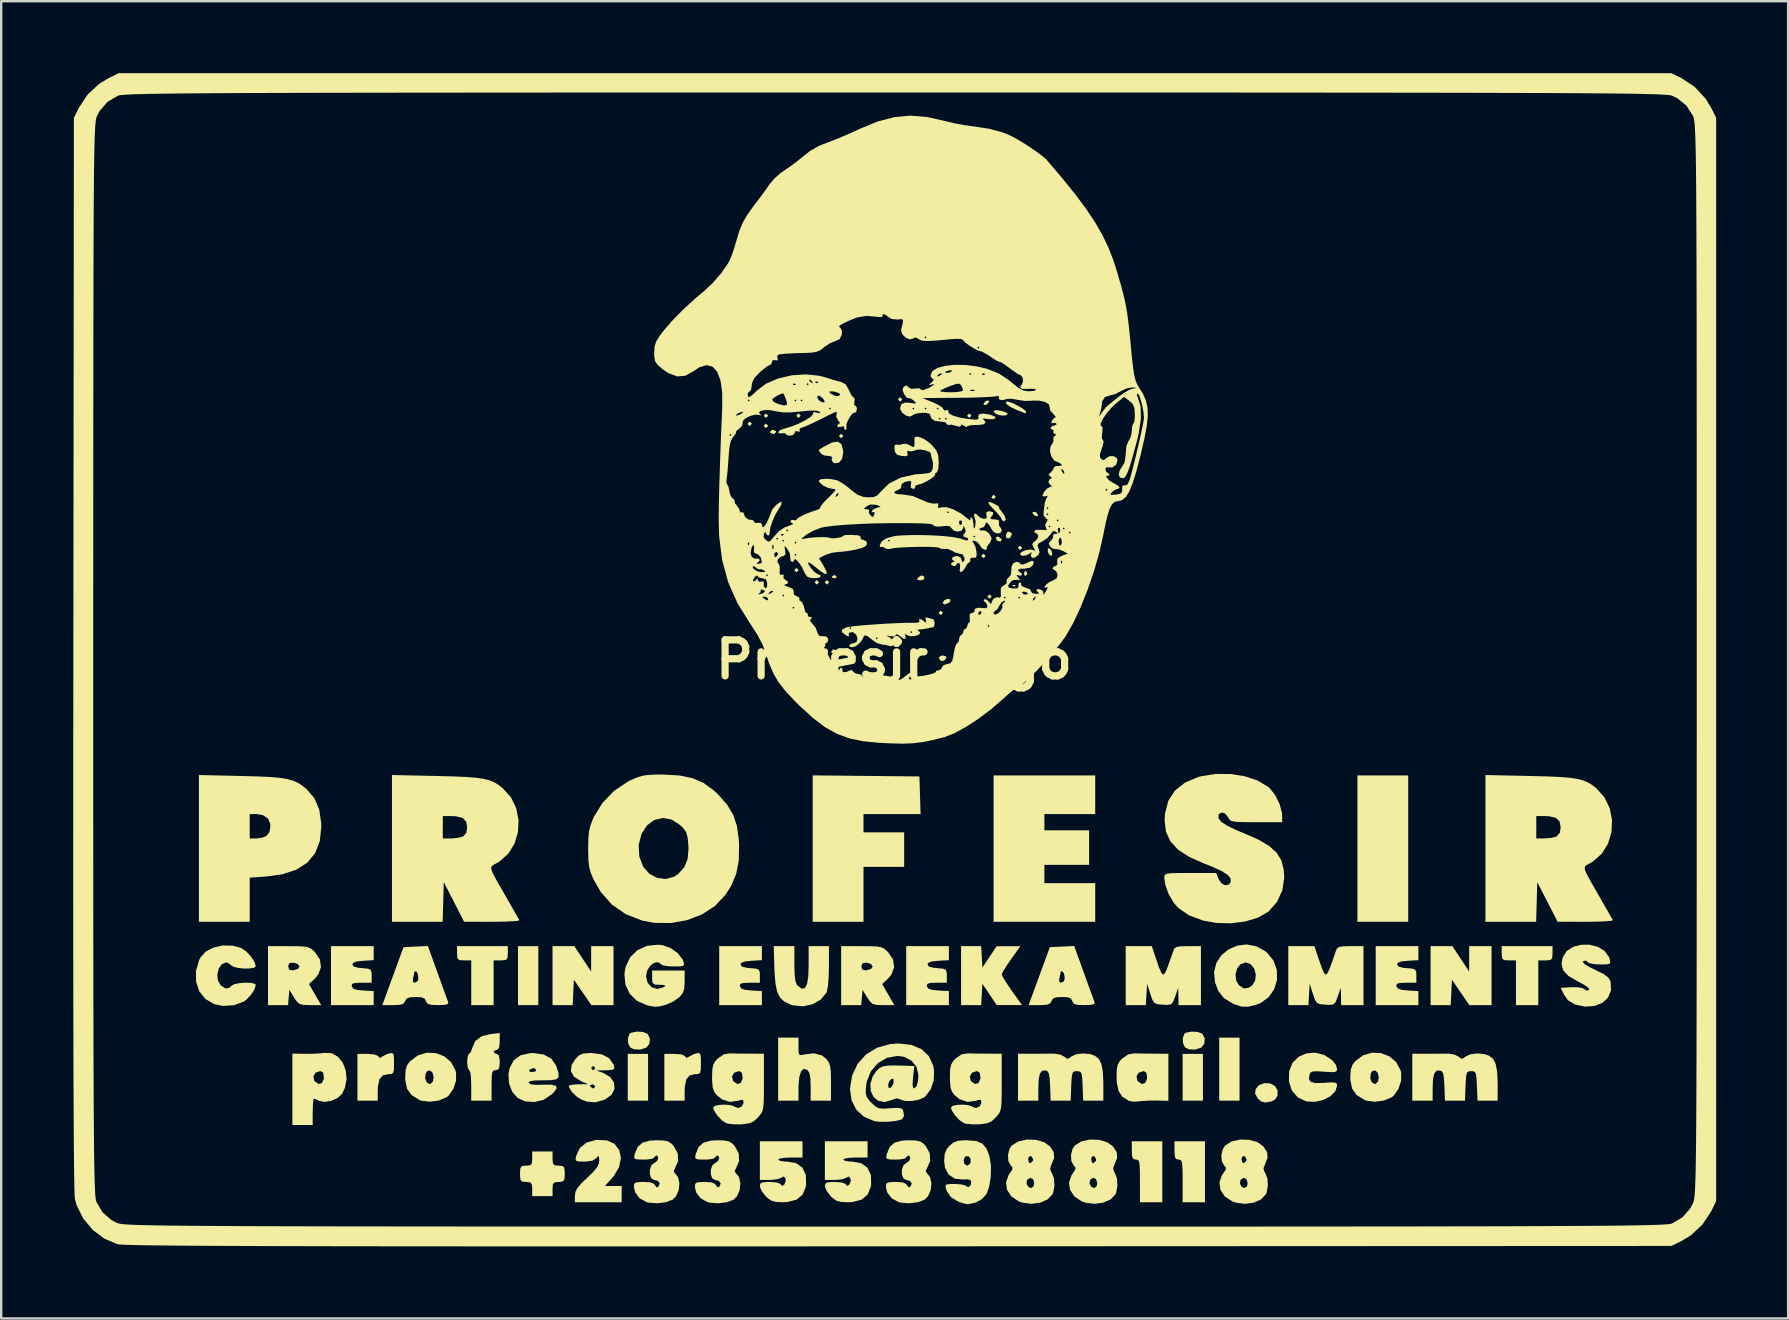
<source format=kicad_pcb>
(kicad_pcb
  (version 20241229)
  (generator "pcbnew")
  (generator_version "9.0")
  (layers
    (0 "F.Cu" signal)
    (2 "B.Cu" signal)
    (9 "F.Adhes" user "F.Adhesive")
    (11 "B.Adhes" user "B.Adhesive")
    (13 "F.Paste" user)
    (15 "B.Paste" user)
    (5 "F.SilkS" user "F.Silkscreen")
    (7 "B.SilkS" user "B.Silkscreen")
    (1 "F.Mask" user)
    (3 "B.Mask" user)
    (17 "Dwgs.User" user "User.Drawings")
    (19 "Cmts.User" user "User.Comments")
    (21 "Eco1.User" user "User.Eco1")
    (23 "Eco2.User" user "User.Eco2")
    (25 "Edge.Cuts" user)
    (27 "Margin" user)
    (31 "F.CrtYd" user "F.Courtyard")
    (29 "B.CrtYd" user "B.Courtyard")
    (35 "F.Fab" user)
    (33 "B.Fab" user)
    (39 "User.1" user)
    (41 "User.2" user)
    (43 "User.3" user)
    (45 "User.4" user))
  (footprint "Profesir_logo"
    (layer "F.Cu")
    (at 34.191 24.426)
    (property "Reference" "Profesir_logo" (at 0 0 0) (layer "F.SilkS") (effects (font (size 1.5 1.5) (thickness 0.3))))
    (attr board_only exclude_from_pos_files exclude_from_bom)
    (fp_poly (pts (xy 5.052 -3.104) (xy 5.04 -3.054) (xy 4.995 -3.048) (xy 4.926 -3.079) (xy 4.939 -3.104) (xy 5.039 -3.115)) (stroke (width 0) (type solid)) (fill yes) (layer "F.SilkS"))
    (fp_poly (pts (xy -2.451 -0.374) (xy -2.499 -0.29) (xy -2.544 -0.267) (xy -2.616 -0.293) (xy -2.612 -0.334) (xy -2.541 -0.425) (xy -2.517 -0.43)) (stroke (width 0) (type solid)) (fill yes) (layer "F.SilkS"))
    (fp_poly (pts (xy -2.449 -3.51) (xy -2.374 -3.428) (xy -2.46 -3.388) (xy -2.503 -3.387) (xy -2.59 -3.428) (xy -2.581 -3.473) (xy -2.48 -3.522)) (stroke (width 0) (type solid)) (fill yes) (layer "F.SilkS"))
    (fp_poly (pts (xy 5.505 -3.682) (xy 5.554 -3.581) (xy 5.542 -3.55) (xy 5.46 -3.475) (xy 5.42 -3.561) (xy 5.419 -3.603) (xy 5.46 -3.691)) (stroke (width 0) (type solid)) (fill yes) (layer "F.SilkS"))
    (fp_poly (pts (xy 5.944 -6.113) (xy 6.009 -6) (xy 5.946 -5.967) (xy 5.842 -6.011) (xy 5.768 -6.105) (xy 5.782 -6.149) (xy 5.885 -6.154)) (stroke (width 0) (type solid)) (fill yes) (layer "F.SilkS"))
    (fp_poly (pts (xy -14.817 13.166) (xy -14.817 14.393) (xy -15.24 14.393) (xy -15.663 14.393) (xy -15.663 13.166) (xy -15.663 11.938) (xy -15.24 11.938) (xy -14.817 11.938)) (stroke (width 0) (type solid)) (fill yes) (layer "F.SilkS"))
    (fp_poly (pts (xy -10.245 17.399) (xy -10.245 18.373) (xy -10.668 18.373) (xy -11.091 18.373) (xy -11.091 17.399) (xy -11.091 16.425) (xy -10.668 16.425) (xy -10.245 16.425)) (stroke (width 0) (type solid)) (fill yes) (layer "F.SilkS"))
    (fp_poly (pts (xy -5.929 -9.842) (xy -5.927 -9.821) (xy -5.991 -9.739) (xy -6.011 -9.737) (xy -6.094 -9.801) (xy -6.096 -9.821) (xy -6.032 -9.904) (xy -6.011 -9.906)) (stroke (width 0) (type solid)) (fill yes) (layer "F.SilkS"))
    (fp_poly (pts (xy -5.252 -10.18) (xy -5.249 -10.16) (xy -5.314 -10.078) (xy -5.334 -10.075) (xy -5.416 -10.14) (xy -5.419 -10.16) (xy -5.354 -10.242) (xy -5.334 -10.245)) (stroke (width 0) (type solid)) (fill yes) (layer "F.SilkS"))
    (fp_poly (pts (xy -5.252 -9.757) (xy -5.249 -9.737) (xy -5.314 -9.654) (xy -5.334 -9.652) (xy -5.416 -9.716) (xy -5.419 -9.737) (xy -5.354 -9.819) (xy -5.334 -9.821)) (stroke (width 0) (type solid)) (fill yes) (layer "F.SilkS"))
    (fp_poly (pts (xy -4.925 -9.522) (xy -4.911 -9.483) (xy -4.979 -9.408) (xy -5.038 -9.398) (xy -5.15 -9.444) (xy -5.165 -9.483) (xy -5.096 -9.558) (xy -5.038 -9.567)) (stroke (width 0) (type solid)) (fill yes) (layer "F.SilkS"))
    (fp_poly (pts (xy -3.982 -3.746) (xy -3.979 -3.725) (xy -4.044 -3.643) (xy -4.064 -3.641) (xy -4.146 -3.705) (xy -4.149 -3.725) (xy -4.084 -3.808) (xy -4.064 -3.81)) (stroke (width 0) (type solid)) (fill yes) (layer "F.SilkS"))
    (fp_poly (pts (xy -3.897 -10.18) (xy -3.895 -10.16) (xy -3.959 -10.078) (xy -3.979 -10.075) (xy -4.062 -10.14) (xy -4.064 -10.16) (xy -4 -10.242) (xy -3.979 -10.245)) (stroke (width 0) (type solid)) (fill yes) (layer "F.SilkS"))
    (fp_poly (pts (xy -3.135 -3.238) (xy -3.133 -3.217) (xy -3.197 -3.135) (xy -3.217 -3.133) (xy -3.3 -3.197) (xy -3.302 -3.217) (xy -3.238 -3.3) (xy -3.217 -3.302)) (stroke (width 0) (type solid)) (fill yes) (layer "F.SilkS"))
    (fp_poly (pts (xy -2.712 -3.238) (xy -2.709 -3.217) (xy -2.774 -3.135) (xy -2.794 -3.133) (xy -2.876 -3.197) (xy -2.879 -3.217) (xy -2.814 -3.3) (xy -2.794 -3.302)) (stroke (width 0) (type solid)) (fill yes) (layer "F.SilkS"))
    (fp_poly (pts (xy -2.119 -9.334) (xy -2.117 -9.313) (xy -2.181 -9.231) (xy -2.201 -9.229) (xy -2.284 -9.293) (xy -2.286 -9.313) (xy -2.222 -9.396) (xy -2.201 -9.398)) (stroke (width 0) (type solid)) (fill yes) (layer "F.SilkS"))
    (fp_poly (pts (xy 0.336 -10.858) (xy 0.339 -10.837) (xy 0.274 -10.755) (xy 0.254 -10.753) (xy 0.172 -10.817) (xy 0.169 -10.837) (xy 0.234 -10.92) (xy 0.254 -10.922)) (stroke (width 0) (type solid)) (fill yes) (layer "F.SilkS"))
    (fp_poly (pts (xy 1.248 -3.464) (xy 1.27 -3.382) (xy 1.199 -3.318) (xy 1.09 -3.302) (xy 0.968 -3.321) (xy 0.993 -3.4) (xy 1.015 -3.428) (xy 1.145 -3.508)) (stroke (width 0) (type solid)) (fill yes) (layer "F.SilkS"))
    (fp_poly (pts (xy 2.03 -1.968) (xy 2.032 -1.947) (xy 1.968 -1.865) (xy 1.947 -1.863) (xy 1.865 -1.927) (xy 1.863 -1.947) (xy 1.927 -2.03) (xy 1.947 -2.032)) (stroke (width 0) (type solid)) (fill yes) (layer "F.SilkS"))
    (fp_poly (pts (xy 2.166 -0.13) (xy 2.182 -0.069) (xy 2.083 0.048) (xy 1.952 0.053) (xy 1.921 0.03) (xy 1.865 -0.091) (xy 1.96 -0.162) (xy 2.039 -0.169)) (stroke (width 0) (type solid)) (fill yes) (layer "F.SilkS"))
    (fp_poly (pts (xy 2.351 -2.504) (xy 2.341 -2.419) (xy 2.284 -2.367) (xy 2.109 -2.292) (xy 2.034 -2.346) (xy 2.032 -2.373) (xy 2.1 -2.475) (xy 2.241 -2.529)) (stroke (width 0) (type solid)) (fill yes) (layer "F.SilkS"))
    (fp_poly (pts (xy 3.215 -10.18) (xy 3.217 -10.16) (xy 3.153 -10.078) (xy 3.133 -10.075) (xy 3.05 -10.14) (xy 3.048 -10.16) (xy 3.112 -10.242) (xy 3.133 -10.245)) (stroke (width 0) (type solid)) (fill yes) (layer "F.SilkS"))
    (fp_poly (pts (xy 3.808 -4.338) (xy 3.81 -4.318) (xy 3.746 -4.236) (xy 3.725 -4.233) (xy 3.643 -4.298) (xy 3.641 -4.318) (xy 3.705 -4.4) (xy 3.725 -4.403)) (stroke (width 0) (type solid)) (fill yes) (layer "F.SilkS"))
    (fp_poly (pts (xy 3.96 -10.737) (xy 3.882 -10.635) (xy 3.78 -10.596) (xy 3.726 -10.646) (xy 3.725 -10.652) (xy 3.793 -10.75) (xy 3.859 -10.786) (xy 3.959 -10.788)) (stroke (width 0) (type solid)) (fill yes) (layer "F.SilkS"))
    (fp_poly (pts (xy 4.062 -2.645) (xy 4.064 -2.625) (xy 4 -2.542) (xy 3.979 -2.54) (xy 3.897 -2.604) (xy 3.895 -2.625) (xy 3.959 -2.707) (xy 3.979 -2.709)) (stroke (width 0) (type solid)) (fill yes) (layer "F.SilkS"))
    (fp_poly (pts (xy 4.231 -6.794) (xy 4.233 -6.773) (xy 4.169 -6.691) (xy 4.149 -6.689) (xy 4.066 -6.753) (xy 4.064 -6.773) (xy 4.128 -6.856) (xy 4.149 -6.858)) (stroke (width 0) (type solid)) (fill yes) (layer "F.SilkS"))
    (fp_poly (pts (xy 4.36 -5.111) (xy 4.472 -5.028) (xy 4.487 -4.986) (xy 4.431 -4.915) (xy 4.316 -4.945) (xy 4.29 -4.967) (xy 4.233 -5.08) (xy 4.303 -5.124)) (stroke (width 0) (type solid)) (fill yes) (layer "F.SilkS"))
    (fp_poly (pts (xy 4.896 -5.271) (xy 4.911 -5.216) (xy 4.842 -5.085) (xy 4.784 -5.049) (xy 4.679 -5.063) (xy 4.657 -5.167) (xy 4.71 -5.303) (xy 4.784 -5.334)) (stroke (width 0) (type solid)) (fill yes) (layer "F.SilkS"))
    (fp_poly (pts (xy 5.332 -4.677) (xy 5.334 -4.657) (xy 5.27 -4.574) (xy 5.249 -4.572) (xy 5.167 -4.636) (xy 5.165 -4.657) (xy 5.229 -4.739) (xy 5.249 -4.741)) (stroke (width 0) (type solid)) (fill yes) (layer "F.SilkS"))
    (fp_poly (pts (xy 6.552 -4.55) (xy 6.593 -4.422) (xy 6.568 -4.329) (xy 6.535 -4.318) (xy 6.452 -4.389) (xy 6.409 -4.492) (xy 6.406 -4.622) (xy 6.462 -4.633)) (stroke (width 0) (type solid)) (fill yes) (layer "F.SilkS"))
    (fp_poly (pts (xy 12.869 17.399) (xy 12.869 18.373) (xy 12.446 18.373) (xy 12.023 18.373) (xy 12.023 17.399) (xy 12.023 16.425) (xy 12.446 16.425) (xy 12.869 16.425)) (stroke (width 0) (type solid)) (fill yes) (layer "F.SilkS"))
    (fp_poly (pts (xy 14.393 17.06) (xy 14.393 18.373) (xy 13.97 18.373) (xy 13.547 18.373) (xy 13.547 17.06) (xy 13.547 15.748) (xy 13.97 15.748) (xy 14.393 15.748)) (stroke (width 0) (type solid)) (fill yes) (layer "F.SilkS"))
    (fp_poly (pts (xy 21.421 7.874) (xy 21.421 10.922) (xy 20.362 10.922) (xy 19.304 10.922) (xy 19.304 7.874) (xy 19.304 4.826) (xy 20.362 4.826) (xy 21.421 4.826)) (stroke (width 0) (type solid)) (fill yes) (layer "F.SilkS"))
    (fp_poly (pts (xy 4.451 -10.365) (xy 4.631 -10.313) (xy 4.736 -10.25) (xy 4.741 -10.234) (xy 4.672 -10.176) (xy 4.51 -10.165) (xy 4.326 -10.2) (xy 4.236 -10.241) (xy 4.153 -10.33) (xy 4.159 -10.368) (xy 4.269 -10.389)) (stroke (width 0) (type solid)) (fill yes) (layer "F.SilkS"))
    (fp_poly (pts (xy 15.664 17.653) (xy 15.872 17.764) (xy 15.978 17.949) (xy 15.979 18.155) (xy 15.871 18.329) (xy 15.724 18.405) (xy 15.475 18.451) (xy 15.304 18.41) (xy 15.162 18.294) (xy 15.043 18.088) (xy 15.065 17.889) (xy 15.201 17.729) (xy 15.424 17.643)) (stroke (width 0) (type solid)) (fill yes) (layer "F.SilkS"))
    (fp_poly (pts (xy -10.456 15.512) (xy -10.273 15.586) (xy -10.262 15.596) (xy -10.169 15.786) (xy -10.188 16.001) (xy -10.311 16.161) (xy -10.324 16.168) (xy -10.58 16.246) (xy -10.833 16.234) (xy -10.99 16.154) (xy -11.074 15.986) (xy -11.085 15.777) (xy -11.025 15.602) (xy -10.957 15.545) (xy -10.712 15.497)) (stroke (width 0) (type solid)) (fill yes) (layer "F.SilkS"))
    (fp_poly (pts (xy 4.86 -10.715) (xy 5.065 -10.624) (xy 5.278 -10.508) (xy 5.442 -10.398) (xy 5.503 -10.327) (xy 5.487 -10.254) (xy 5.482 -10.253) (xy 5.398 -10.287) (xy 5.209 -10.362) (xy 5.084 -10.412) (xy 4.859 -10.52) (xy 4.704 -10.629) (xy 4.645 -10.715) (xy 4.71 -10.753) (xy 4.718 -10.753)) (stroke (width 0) (type solid)) (fill yes) (layer "F.SilkS"))
    (fp_poly (pts (xy 12.658 15.512) (xy 12.841 15.586) (xy 12.852 15.596) (xy 12.945 15.786) (xy 12.926 16.001) (xy 12.803 16.161) (xy 12.79 16.168) (xy 12.534 16.246) (xy 12.281 16.234) (xy 12.124 16.154) (xy 12.04 15.986) (xy 12.029 15.777) (xy 12.089 15.602) (xy 12.157 15.545) (xy 12.402 15.497)) (stroke (width 0) (type solid)) (fill yes) (layer "F.SilkS"))
    (fp_poly (pts (xy 11.176 21.336) (xy 11.176 22.606) (xy 10.71 22.606) (xy 10.245 22.606) (xy 10.245 21.717) (xy 10.243 21.32) (xy 10.232 21.063) (xy 10.208 20.915) (xy 10.165 20.847) (xy 10.097 20.828) (xy 10.075 20.828) (xy 9.97 20.803) (xy 9.919 20.7) (xy 9.906 20.474) (xy 9.906 20.447) (xy 9.906 20.066) (xy 10.541 20.066) (xy 11.176 20.066)) (stroke (width 0) (type solid)) (fill yes) (layer "F.SilkS"))
    (fp_poly (pts (xy 12.954 21.336) (xy 12.954 22.606) (xy 12.488 22.606) (xy 12.023 22.606) (xy 12.023 21.717) (xy 12.021 21.32) (xy 12.01 21.063) (xy 11.986 20.915) (xy 11.943 20.847) (xy 11.875 20.828) (xy 11.853 20.828) (xy 11.748 20.803) (xy 11.697 20.7) (xy 11.684 20.474) (xy 11.684 20.447) (xy 11.684 20.066) (xy 12.319 20.066) (xy 12.954 20.066)) (stroke (width 0) (type solid)) (fill yes) (layer "F.SilkS"))
    (fp_poly (pts (xy -16.087 12.234) (xy -16.1 12.433) (xy -16.174 12.514) (xy -16.36 12.531) (xy -16.383 12.531) (xy -16.679 12.531) (xy -16.679 13.462) (xy -16.679 14.393) (xy -17.145 14.393) (xy -17.611 14.393) (xy -17.611 13.462) (xy -17.611 12.531) (xy -17.907 12.531) (xy -18.106 12.518) (xy -18.187 12.444) (xy -18.203 12.257) (xy -18.203 12.234) (xy -18.203 11.938) (xy -17.145 11.938) (xy -16.087 11.938)) (stroke (width 0) (type solid)) (fill yes) (layer "F.SilkS"))
    (fp_poly (pts (xy -12.966 12.467) (xy -12.617 12.996) (xy -12.616 12.467) (xy -12.615 11.938) (xy -12.15 11.938) (xy -11.684 11.938) (xy -11.684 13.166) (xy -11.684 14.393) (xy -12.147 14.393) (xy -12.609 14.393) (xy -12.972 13.864) (xy -13.335 13.335) (xy -13.36 13.864) (xy -13.385 14.393) (xy -13.805 14.393) (xy -14.224 14.393) (xy -14.224 13.166) (xy -14.224 11.938) (xy -13.769 11.938) (xy -13.315 11.938)) (stroke (width 0) (type solid)) (fill yes) (layer "F.SilkS"))
    (fp_poly (pts (xy -1.164 4.846) (xy 1.058 4.868) (xy 1.083 5.652) (xy 1.107 6.435) (xy -0.081 6.435) (xy -1.27 6.435) (xy -1.27 6.816) (xy -1.27 7.197) (xy -0.423 7.197) (xy 0.423 7.197) (xy 0.423 7.916) (xy 0.423 8.636) (xy -0.423 8.636) (xy -1.27 8.636) (xy -1.27 9.779) (xy -1.27 10.922) (xy -2.328 10.922) (xy -3.387 10.922) (xy -3.387 7.873) (xy -3.387 4.823)) (stroke (width 0) (type solid)) (fill yes) (layer "F.SilkS"))
    (fp_poly (pts (xy 4.195 -6.482) (xy 4.2 -6.479) (xy 4.346 -6.393) (xy 4.384 -6.351) (xy 4.378 -6.351) (xy 4.38 -6.298) (xy 4.477 -6.172) (xy 4.484 -6.165) (xy 4.615 -5.981) (xy 4.654 -5.831) (xy 4.592 -5.759) (xy 4.572 -5.757) (xy 4.49 -5.822) (xy 4.487 -5.843) (xy 4.431 -5.948) (xy 4.287 -6.119) (xy 4.18 -6.228) (xy 3.986 -6.436) (xy 3.924 -6.55) (xy 3.994 -6.567)) (stroke (width 0) (type solid)) (fill yes) (layer "F.SilkS"))
    (fp_poly (pts (xy 23.61 12.467) (xy 23.959 12.996) (xy 23.96 12.467) (xy 23.961 11.938) (xy 24.426 11.938) (xy 24.892 11.938) (xy 24.892 13.166) (xy 24.892 14.393) (xy 24.429 14.393) (xy 23.967 14.393) (xy 23.604 13.864) (xy 23.241 13.335) (xy 23.216 13.864) (xy 23.191 14.393) (xy 22.771 14.393) (xy 22.352 14.393) (xy 22.352 13.166) (xy 22.352 11.938) (xy 22.807 11.938) (xy 23.261 11.938)) (stroke (width 0) (type solid)) (fill yes) (layer "F.SilkS"))
    (fp_poly (pts (xy 27.432 12.234) (xy 27.419 12.433) (xy 27.345 12.514) (xy 27.158 12.531) (xy 27.136 12.531) (xy 26.839 12.531) (xy 26.839 13.462) (xy 26.839 14.393) (xy 26.374 14.393) (xy 25.908 14.393) (xy 25.908 13.462) (xy 25.908 12.531) (xy 25.612 12.531) (xy 25.413 12.518) (xy 25.332 12.444) (xy 25.315 12.257) (xy 25.315 12.234) (xy 25.315 11.938) (xy 26.374 11.938) (xy 27.432 11.938)) (stroke (width 0) (type solid)) (fill yes) (layer "F.SilkS"))
    (fp_poly (pts (xy -2.19 -8.975) (xy -2.122 -8.729) (xy -2.117 -8.603) (xy -2.166 -8.356) (xy -2.292 -8.204) (xy -2.461 -8.177) (xy -2.534 -8.209) (xy -2.602 -8.319) (xy -2.588 -8.373) (xy -2.571 -8.435) (xy -2.643 -8.471) (xy -2.841 -8.496) (xy -2.9 -8.501) (xy -3.005 -8.553) (xy -3.101 -8.653) (xy -3.13 -8.737) (xy -3.119 -8.748) (xy -3.033 -8.799) (xy -2.921 -8.869) (xy -2.584 -9.043) (xy -2.342 -9.079)) (stroke (width 0) (type solid)) (fill yes) (layer "F.SilkS"))
    (fp_poly (pts (xy 8.382 5.63) (xy 8.382 6.435) (xy 7.324 6.435) (xy 6.265 6.435) (xy 6.265 6.773) (xy 6.265 7.112) (xy 7.197 7.112) (xy 8.128 7.112) (xy 8.128 7.832) (xy 8.128 8.551) (xy 7.197 8.551) (xy 6.265 8.551) (xy 6.265 8.932) (xy 6.265 9.313) (xy 7.324 9.313) (xy 8.382 9.313) (xy 8.382 10.118) (xy 8.382 10.922) (xy 6.265 10.922) (xy 4.149 10.922) (xy 4.149 7.874) (xy 4.149 4.826) (xy 6.265 4.826) (xy 8.382 4.826)) (stroke (width 0) (type solid)) (fill yes) (layer "F.SilkS"))
    (fp_poly (pts (xy -20.852 16.439) (xy -20.831 16.591) (xy -20.828 16.814) (xy -20.833 17.078) (xy -20.862 17.214) (xy -20.938 17.264) (xy -21.079 17.272) (xy -21.299 17.322) (xy -21.435 17.485) (xy -21.498 17.779) (xy -21.505 17.986) (xy -21.505 18.373) (xy -21.929 18.373) (xy -22.352 18.373) (xy -22.352 17.399) (xy -22.352 16.425) (xy -21.936 16.425) (xy -21.656 16.447) (xy -21.502 16.505) (xy -21.484 16.531) (xy -21.419 16.593) (xy -21.329 16.543) (xy -21.149 16.447) (xy -21.018 16.403) (xy -20.909 16.389)) (stroke (width 0) (type solid)) (fill yes) (layer "F.SilkS"))
    (fp_poly (pts (xy -8.068 16.439) (xy -8.046 16.591) (xy -8.043 16.814) (xy -8.048 17.078) (xy -8.077 17.214) (xy -8.153 17.264) (xy -8.294 17.272) (xy -8.514 17.322) (xy -8.65 17.485) (xy -8.713 17.779) (xy -8.721 17.986) (xy -8.721 18.373) (xy -9.144 18.373) (xy -9.567 18.373) (xy -9.567 17.399) (xy -9.567 16.425) (xy -9.151 16.425) (xy -8.871 16.447) (xy -8.717 16.505) (xy -8.699 16.531) (xy -8.635 16.593) (xy -8.544 16.543) (xy -8.364 16.447) (xy -8.234 16.403) (xy -8.124 16.389)) (stroke (width 0) (type solid)) (fill yes) (layer "F.SilkS"))
    (fp_poly (pts (xy 3.657 12.383) (xy 3.683 12.827) (xy 3.979 12.384) (xy 4.276 11.941) (xy 4.77 11.94) (xy 5.264 11.938) (xy 4.876 12.482) (xy 4.692 12.75) (xy 4.556 12.97) (xy 4.49 13.103) (xy 4.487 13.117) (xy 4.534 13.223) (xy 4.658 13.428) (xy 4.836 13.694) (xy 4.91 13.8) (xy 5.334 14.393) (xy 4.805 14.392) (xy 4.276 14.39) (xy 3.979 13.947) (xy 3.683 13.504) (xy 3.657 13.949) (xy 3.632 14.393) (xy 3.213 14.393) (xy 2.794 14.393) (xy 2.794 13.166) (xy 2.794 11.938) (xy 3.213 11.938) (xy 3.632 11.938)) (stroke (width 0) (type solid)) (fill yes) (layer "F.SilkS"))
    (fp_poly (pts (xy -21.675 12.23) (xy -21.675 12.522) (xy -22.119 12.547) (xy -22.398 12.578) (xy -22.536 12.636) (xy -22.564 12.7) (xy -22.506 12.788) (xy -22.318 12.838) (xy -22.162 12.853) (xy -21.919 12.875) (xy -21.801 12.922) (xy -21.763 13.032) (xy -21.759 13.17) (xy -21.759 13.462) (xy -22.189 13.462) (xy -22.444 13.471) (xy -22.566 13.506) (xy -22.594 13.581) (xy -22.59 13.61) (xy -22.531 13.704) (xy -22.373 13.758) (xy -22.118 13.784) (xy -21.675 13.81) (xy -21.675 14.101) (xy -21.675 14.393) (xy -22.564 14.393) (xy -23.453 14.393) (xy -23.453 13.166) (xy -23.453 11.938) (xy -22.564 11.938) (xy -21.675 11.938)) (stroke (width 0) (type solid)) (fill yes) (layer "F.SilkS"))
    (fp_poly (pts (xy -5.503 12.23) (xy -5.503 12.522) (xy -5.948 12.547) (xy -6.227 12.578) (xy -6.365 12.636) (xy -6.392 12.7) (xy -6.335 12.788) (xy -6.146 12.838) (xy -5.99 12.853) (xy -5.748 12.875) (xy -5.63 12.922) (xy -5.591 13.032) (xy -5.588 13.17) (xy -5.588 13.462) (xy -6.018 13.462) (xy -6.272 13.471) (xy -6.395 13.506) (xy -6.423 13.581) (xy -6.419 13.61) (xy -6.36 13.704) (xy -6.202 13.758) (xy -5.947 13.784) (xy -5.503 13.81) (xy -5.503 14.101) (xy -5.503 14.393) (xy -6.392 14.393) (xy -7.281 14.393) (xy -7.281 13.166) (xy -7.281 11.938) (xy -6.392 11.938) (xy -5.503 11.938)) (stroke (width 0) (type solid)) (fill yes) (layer "F.SilkS"))
    (fp_poly (pts (xy 2.286 12.23) (xy 2.286 12.522) (xy 1.841 12.547) (xy 1.562 12.578) (xy 1.424 12.636) (xy 1.397 12.7) (xy 1.454 12.788) (xy 1.643 12.838) (xy 1.799 12.853) (xy 2.041 12.875) (xy 2.159 12.922) (xy 2.198 13.032) (xy 2.201 13.17) (xy 2.201 13.462) (xy 1.772 13.462) (xy 1.517 13.471) (xy 1.394 13.506) (xy 1.366 13.581) (xy 1.37 13.61) (xy 1.43 13.704) (xy 1.587 13.758) (xy 1.842 13.784) (xy 2.286 13.81) (xy 2.286 14.101) (xy 2.286 14.393) (xy 1.397 14.393) (xy 0.508 14.393) (xy 0.508 13.166) (xy 0.508 11.938) (xy 1.397 11.938) (xy 2.286 11.938)) (stroke (width 0) (type solid)) (fill yes) (layer "F.SilkS"))
    (fp_poly (pts (xy 21.844 12.23) (xy 21.844 12.522) (xy 21.399 12.547) (xy 21.12 12.578) (xy 20.982 12.636) (xy 20.955 12.7) (xy 21.012 12.788) (xy 21.201 12.838) (xy 21.357 12.853) (xy 21.599 12.875) (xy 21.717 12.922) (xy 21.756 13.032) (xy 21.759 13.17) (xy 21.759 13.462) (xy 21.33 13.462) (xy 21.075 13.471) (xy 20.952 13.506) (xy 20.924 13.581) (xy 20.928 13.61) (xy 20.988 13.704) (xy 21.145 13.758) (xy 21.4 13.784) (xy 21.844 13.81) (xy 21.844 14.101) (xy 21.844 14.393) (xy 20.955 14.393) (xy 20.066 14.393) (xy 20.066 13.166) (xy 20.066 11.938) (xy 20.955 11.938) (xy 21.844 11.938)) (stroke (width 0) (type solid)) (fill yes) (layer "F.SilkS"))
    (fp_poly (pts (xy -4.149 12.694) (xy -4.14 13.096) (xy -4.112 13.362) (xy -4.06 13.524) (xy -4.016 13.583) (xy -3.842 13.708) (xy -3.711 13.687) (xy -3.622 13.515) (xy -3.571 13.187) (xy -3.556 12.725) (xy -3.556 11.938) (xy -3.133 11.938) (xy -2.709 11.938) (xy -2.711 12.806) (xy -2.722 13.247) (xy -2.753 13.602) (xy -2.8 13.836) (xy -2.816 13.877) (xy -3.053 14.164) (xy -3.394 14.358) (xy -3.793 14.443) (xy -4.205 14.404) (xy -4.31 14.371) (xy -4.564 14.25) (xy -4.745 14.083) (xy -4.866 13.842) (xy -4.938 13.496) (xy -4.976 13.02) (xy -4.982 12.863) (xy -5.01 11.938) (xy -4.579 11.938) (xy -4.149 11.938)) (stroke (width 0) (type solid)) (fill yes) (layer "F.SilkS"))
    (fp_poly (pts (xy -3.979 16.131) (xy -3.974 16.364) (xy -3.939 16.466) (xy -3.846 16.475) (xy -3.747 16.451) (xy -3.331 16.401) (xy -2.996 16.492) (xy -2.815 16.639) (xy -2.722 16.766) (xy -2.665 16.915) (xy -2.636 17.129) (xy -2.625 17.451) (xy -2.625 17.615) (xy -2.625 18.373) (xy -3.048 18.373) (xy -3.471 18.373) (xy -3.471 17.79) (xy -3.484 17.437) (xy -3.527 17.217) (xy -3.607 17.095) (xy -3.607 17.095) (xy -3.754 17.044) (xy -3.869 17.148) (xy -3.946 17.393) (xy -3.979 17.766) (xy -3.979 17.839) (xy -3.979 18.373) (xy -4.403 18.373) (xy -4.826 18.373) (xy -4.826 17.06) (xy -4.826 15.748) (xy -4.403 15.748) (xy -3.979 15.748)) (stroke (width 0) (type solid)) (fill yes) (layer "F.SilkS"))
    (fp_poly (pts (xy -19.085 16.393) (xy -18.738 16.525) (xy -18.455 16.764) (xy -18.272 17.1) (xy -18.241 17.225) (xy -18.247 17.553) (xy -18.359 17.889) (xy -18.55 18.161) (xy -18.641 18.235) (xy -18.962 18.369) (xy -19.336 18.418) (xy -19.684 18.375) (xy -19.77 18.343) (xy -20.098 18.139) (xy -20.287 17.874) (xy -20.359 17.51) (xy -20.361 17.44) (xy -19.532 17.44) (xy -19.471 17.607) (xy -19.35 17.68) (xy -19.318 17.678) (xy -19.204 17.575) (xy -19.177 17.399) (xy -19.222 17.209) (xy -19.326 17.115) (xy -19.443 17.14) (xy -19.507 17.237) (xy -19.532 17.44) (xy -20.361 17.44) (xy -20.362 17.397) (xy -20.344 17.091) (xy -20.274 16.882) (xy -20.156 16.727) (xy -19.829 16.485) (xy -19.46 16.376)) (stroke (width 0) (type solid)) (fill yes) (layer "F.SilkS"))
    (fp_poly (pts (xy 20.285 16.393) (xy 20.632 16.525) (xy 20.915 16.764) (xy 21.098 17.1) (xy 21.129 17.225) (xy 21.123 17.553) (xy 21.011 17.889) (xy 20.82 18.161) (xy 20.729 18.235) (xy 20.409 18.369) (xy 20.034 18.418) (xy 19.686 18.375) (xy 19.6 18.343) (xy 19.272 18.139) (xy 19.083 17.874) (xy 19.011 17.51) (xy 19.009 17.44) (xy 19.838 17.44) (xy 19.899 17.607) (xy 20.02 17.68) (xy 20.052 17.678) (xy 20.166 17.575) (xy 20.193 17.399) (xy 20.148 17.209) (xy 20.044 17.115) (xy 19.927 17.14) (xy 19.863 17.237) (xy 19.838 17.44) (xy 19.009 17.44) (xy 19.008 17.397) (xy 19.026 17.091) (xy 19.096 16.882) (xy 19.214 16.727) (xy 19.541 16.485) (xy 19.91 16.376)) (stroke (width 0) (type solid)) (fill yes) (layer "F.SilkS"))
    (fp_poly (pts (xy -14.224 20.786) (xy -14.21 20.985) (xy -14.138 21.066) (xy -13.97 21.082) (xy -13.807 21.095) (xy -13.735 21.168) (xy -13.716 21.348) (xy -13.716 21.421) (xy -13.726 21.638) (xy -13.78 21.734) (xy -13.915 21.759) (xy -13.97 21.759) (xy -14.141 21.776) (xy -14.211 21.86) (xy -14.224 22.056) (xy -14.224 22.352) (xy -14.647 22.352) (xy -15.071 22.352) (xy -15.071 22.056) (xy -15.085 21.857) (xy -15.157 21.775) (xy -15.325 21.759) (xy -15.488 21.746) (xy -15.56 21.673) (xy -15.578 21.493) (xy -15.579 21.421) (xy -15.569 21.204) (xy -15.514 21.107) (xy -15.379 21.083) (xy -15.325 21.082) (xy -15.154 21.065) (xy -15.084 20.982) (xy -15.071 20.786) (xy -15.071 20.489) (xy -14.647 20.489) (xy -14.224 20.489)) (stroke (width 0) (type solid)) (fill yes) (layer "F.SilkS"))
    (fp_poly (pts (xy 10.241 16.409) (xy 10.567 16.413) (xy 10.858 16.416) (xy 11.43 16.42) (xy 11.43 17.401) (xy 11.43 18.382) (xy 10.943 18.369) (xy 10.622 18.371) (xy 10.331 18.388) (xy 10.202 18.405) (xy 9.961 18.417) (xy 9.779 18.38) (xy 9.511 18.21) (xy 9.349 17.959) (xy 9.278 17.596) (xy 9.271 17.392) (xy 9.272 17.359) (xy 10.103 17.359) (xy 10.136 17.535) (xy 10.157 17.565) (xy 10.321 17.679) (xy 10.46 17.642) (xy 10.536 17.47) (xy 10.541 17.398) (xy 10.513 17.211) (xy 10.411 17.146) (xy 10.381 17.145) (xy 10.195 17.208) (xy 10.103 17.359) (xy 9.272 17.359) (xy 9.28 17.08) (xy 9.319 16.877) (xy 9.406 16.726) (xy 9.499 16.624) (xy 9.758 16.444) (xy 10.007 16.404)) (stroke (width 0) (type solid)) (fill yes) (layer "F.SilkS"))
    (fp_poly (pts (xy -11.963 20.028) (xy -11.65 20.168) (xy -11.447 20.427) (xy -11.376 20.762) (xy -11.451 21.132) (xy -11.664 21.503) (xy -11.748 21.603) (xy -12.042 21.929) (xy -11.694 21.929) (xy -11.345 21.929) (xy -11.345 22.267) (xy -11.345 22.606) (xy -12.319 22.606) (xy -13.293 22.606) (xy -13.293 22.334) (xy -13.27 22.171) (xy -13.186 22.009) (xy -13.014 21.811) (xy -12.785 21.59) (xy -12.516 21.327) (xy -12.359 21.133) (xy -12.289 20.971) (xy -12.279 20.867) (xy -12.289 20.703) (xy -12.329 20.688) (xy -12.395 20.765) (xy -12.556 20.872) (xy -12.84 20.912) (xy -12.901 20.913) (xy -13.139 20.907) (xy -13.247 20.873) (xy -13.263 20.784) (xy -13.242 20.68) (xy -13.086 20.343) (xy -12.805 20.117) (xy -12.412 20.01) (xy -12.39 20.008)) (stroke (width 0) (type solid)) (fill yes) (layer "F.SilkS"))
    (fp_poly (pts (xy -24.834 11.94) (xy -24.574 11.953) (xy -24.402 11.985) (xy -24.28 12.046) (xy -24.165 12.144) (xy -24.123 12.185) (xy -23.917 12.49) (xy -23.87 12.811) (xy -23.983 13.121) (xy -24.122 13.286) (xy -24.369 13.516) (xy -24.115 13.955) (xy -23.862 14.393) (xy -24.328 14.393) (xy -24.601 14.386) (xy -24.765 14.344) (xy -24.882 14.239) (xy -24.991 14.076) (xy -25.188 13.758) (xy -25.215 14.076) (xy -25.241 14.393) (xy -25.659 14.393) (xy -26.077 14.393) (xy -26.077 13.166) (xy -26.077 12.785) (xy -25.231 12.785) (xy -25.199 12.914) (xy -25.072 12.945) (xy -24.998 12.938) (xy -24.819 12.877) (xy -24.765 12.785) (xy -24.841 12.678) (xy -24.998 12.631) (xy -25.169 12.636) (xy -25.228 12.728) (xy -25.231 12.785) (xy -26.077 12.785) (xy -26.077 11.938) (xy -25.224 11.938)) (stroke (width 0) (type solid)) (fill yes) (layer "F.SilkS"))
    (fp_poly (pts (xy -23.433 16.395) (xy -23.167 16.542) (xy -22.964 16.791) (xy -22.838 17.112) (xy -22.803 17.473) (xy -22.874 17.843) (xy -22.995 18.094) (xy -23.182 18.266) (xy -23.452 18.384) (xy -23.736 18.426) (xy -23.943 18.382) (xy -24.099 18.309) (xy -24.167 18.288) (xy -24.191 18.365) (xy -24.208 18.567) (xy -24.215 18.838) (xy -24.215 19.389) (xy -24.638 19.389) (xy -25.061 19.389) (xy -25.061 17.902) (xy -25.061 17.359) (xy -24.187 17.359) (xy -24.154 17.535) (xy -24.133 17.565) (xy -23.969 17.679) (xy -23.83 17.642) (xy -23.754 17.47) (xy -23.749 17.398) (xy -23.777 17.211) (xy -23.879 17.146) (xy -23.909 17.145) (xy -24.095 17.208) (xy -24.187 17.359) (xy -25.061 17.359) (xy -25.061 16.414) (xy -24.532 16.423) (xy -24.203 16.42) (xy -23.905 16.403) (xy -23.749 16.383)) (stroke (width 0) (type solid)) (fill yes) (layer "F.SilkS"))
    (fp_poly (pts (xy -16.425 15.906) (xy -16.445 16.146) (xy -16.511 16.248) (xy -16.552 16.256) (xy -16.665 16.302) (xy -16.679 16.341) (xy -16.611 16.416) (xy -16.552 16.425) (xy -16.464 16.481) (xy -16.428 16.667) (xy -16.425 16.764) (xy -16.44 16.986) (xy -16.497 17.083) (xy -16.595 17.103) (xy -16.681 17.118) (xy -16.732 17.186) (xy -16.756 17.343) (xy -16.764 17.623) (xy -16.764 17.738) (xy -16.764 18.373) (xy -17.187 18.373) (xy -17.611 18.373) (xy -17.611 17.738) (xy -17.621 17.418) (xy -17.65 17.195) (xy -17.691 17.103) (xy -17.695 17.103) (xy -17.748 17.028) (xy -17.778 16.84) (xy -17.78 16.764) (xy -17.763 16.552) (xy -17.72 16.434) (xy -17.702 16.425) (xy -17.631 16.353) (xy -17.57 16.18) (xy -17.434 15.882) (xy -17.175 15.69) (xy -16.81 15.6) (xy -16.425 15.557)) (stroke (width 0) (type solid)) (fill yes) (layer "F.SilkS"))
    (fp_poly (pts (xy -0.958 11.94) (xy -0.698 11.953) (xy -0.526 11.985) (xy -0.404 12.046) (xy -0.289 12.144) (xy -0.247 12.185) (xy -0.041 12.49) (xy 0.006 12.811) (xy -0.107 13.121) (xy -0.246 13.286) (xy -0.493 13.516) (xy -0.239 13.955) (xy 0.014 14.393) (xy -0.452 14.393) (xy -0.725 14.386) (xy -0.889 14.344) (xy -1.006 14.239) (xy -1.115 14.076) (xy -1.312 13.758) (xy -1.339 14.076) (xy -1.365 14.393) (xy -1.783 14.393) (xy -2.201 14.393) (xy -2.201 13.166) (xy -2.201 12.785) (xy -1.355 12.785) (xy -1.323 12.914) (xy -1.196 12.945) (xy -1.122 12.938) (xy -0.943 12.877) (xy -0.889 12.785) (xy -0.965 12.678) (xy -1.122 12.631) (xy -1.293 12.636) (xy -1.352 12.728) (xy -1.355 12.785) (xy -2.201 12.785) (xy -2.201 11.938) (xy -1.348 11.938)) (stroke (width 0) (type solid)) (fill yes) (layer "F.SilkS"))
    (fp_poly (pts (xy 10.916 12.467) (xy 11.044 12.836) (xy 11.139 13.052) (xy 11.214 13.124) (xy 11.286 13.064) (xy 11.369 12.88) (xy 11.409 12.774) (xy 11.514 12.486) (xy 11.601 12.236) (xy 11.637 12.129) (xy 11.686 12.025) (xy 11.78 11.967) (xy 11.962 11.943) (xy 12.24 11.938) (xy 12.785 11.938) (xy 12.785 13.166) (xy 12.785 14.393) (xy 12.319 14.393) (xy 11.853 14.393) (xy 11.847 14.034) (xy 11.84 13.674) (xy 11.711 14.038) (xy 11.625 14.26) (xy 11.533 14.363) (xy 11.376 14.386) (xy 11.197 14.376) (xy 10.97 14.354) (xy 10.84 14.297) (xy 10.757 14.161) (xy 10.677 13.928) (xy 10.542 13.504) (xy 10.516 13.949) (xy 10.49 14.393) (xy 10.071 14.393) (xy 9.652 14.393) (xy 9.652 13.166) (xy 9.652 11.938) (xy 10.195 11.938) (xy 10.739 11.938)) (stroke (width 0) (type solid)) (fill yes) (layer "F.SilkS"))
    (fp_poly (pts (xy 17.69 12.467) (xy 17.818 12.836) (xy 17.912 13.052) (xy 17.987 13.124) (xy 18.059 13.064) (xy 18.143 12.88) (xy 18.183 12.774) (xy 18.287 12.486) (xy 18.375 12.236) (xy 18.41 12.129) (xy 18.459 12.025) (xy 18.553 11.967) (xy 18.735 11.943) (xy 19.013 11.938) (xy 19.558 11.938) (xy 19.558 13.166) (xy 19.558 14.393) (xy 19.092 14.393) (xy 18.627 14.393) (xy 18.62 14.034) (xy 18.613 13.674) (xy 18.484 14.038) (xy 18.398 14.26) (xy 18.307 14.363) (xy 18.149 14.386) (xy 17.97 14.376) (xy 17.744 14.354) (xy 17.614 14.297) (xy 17.53 14.161) (xy 17.45 13.928) (xy 17.316 13.504) (xy 17.289 13.949) (xy 17.263 14.393) (xy 16.844 14.393) (xy 16.425 14.393) (xy 16.425 13.166) (xy 16.425 11.938) (xy 16.969 11.938) (xy 17.512 11.938)) (stroke (width 0) (type solid)) (fill yes) (layer "F.SilkS"))
    (fp_poly (pts (xy 17.915 16.467) (xy 18.259 16.692) (xy 18.267 16.7) (xy 18.404 16.88) (xy 18.457 17.044) (xy 18.443 17.133) (xy 18.374 17.177) (xy 18.214 17.186) (xy 17.924 17.168) (xy 17.91 17.167) (xy 17.607 17.149) (xy 17.432 17.161) (xy 17.345 17.209) (xy 17.315 17.27) (xy 17.282 17.47) (xy 17.353 17.589) (xy 17.547 17.64) (xy 17.883 17.634) (xy 17.912 17.631) (xy 18.207 17.612) (xy 18.371 17.62) (xy 18.442 17.663) (xy 18.457 17.751) (xy 18.457 17.754) (xy 18.38 17.99) (xy 18.174 18.193) (xy 17.881 18.343) (xy 17.541 18.421) (xy 17.195 18.406) (xy 17.149 18.396) (xy 16.81 18.23) (xy 16.572 17.946) (xy 16.451 17.576) (xy 16.462 17.147) (xy 16.462 17.144) (xy 16.602 16.797) (xy 16.852 16.547) (xy 17.177 16.404) (xy 17.543 16.374)) (stroke (width 0) (type solid)) (fill yes) (layer "F.SilkS"))
    (fp_poly (pts (xy 15.094 11.942) (xy 15.475 12.152) (xy 15.537 12.204) (xy 15.811 12.543) (xy 15.948 12.933) (xy 15.955 13.338) (xy 15.841 13.725) (xy 15.612 14.059) (xy 15.275 14.305) (xy 15.086 14.379) (xy 14.76 14.458) (xy 14.502 14.459) (xy 14.228 14.377) (xy 14.087 14.316) (xy 13.739 14.098) (xy 13.505 13.796) (xy 13.372 13.441) (xy 13.341 13.118) (xy 14.225 13.118) (xy 14.256 13.375) (xy 14.364 13.561) (xy 14.568 13.7) (xy 14.783 13.671) (xy 14.916 13.576) (xy 15.046 13.367) (xy 15.071 13.115) (xy 15.003 12.872) (xy 14.857 12.688) (xy 14.648 12.615) (xy 14.647 12.615) (xy 14.436 12.688) (xy 14.29 12.872) (xy 14.225 13.118) (xy 13.341 13.118) (xy 13.331 13.014) (xy 13.43 12.633) (xy 13.642 12.313) (xy 13.941 12.068) (xy 14.3 11.915) (xy 14.694 11.867)) (stroke (width 0) (type solid)) (fill yes) (layer "F.SilkS"))
    (fp_poly (pts (xy -27.199 4.848) (xy -26.524 4.867) (xy -25.992 4.891) (xy -25.579 4.927) (xy -25.26 4.979) (xy -25.008 5.052) (xy -24.799 5.151) (xy -24.607 5.282) (xy -24.477 5.389) (xy -24.148 5.767) (xy -23.945 6.238) (xy -23.86 6.818) (xy -23.856 6.955) (xy -23.918 7.56) (xy -24.113 8.061) (xy -24.44 8.459) (xy -24.903 8.755) (xy -25.499 8.948) (xy -26.128 9.034) (xy -26.839 9.084) (xy -26.839 10.003) (xy -26.839 10.922) (xy -27.898 10.922) (xy -28.956 10.922) (xy -28.956 7.865) (xy -28.956 6.435) (xy -26.839 6.435) (xy -26.839 6.943) (xy -26.839 7.451) (xy -26.559 7.451) (xy -26.321 7.42) (xy -26.142 7.345) (xy -26.015 7.186) (xy -25.978 6.945) (xy -25.983 6.843) (xy -26.075 6.625) (xy -26.291 6.48) (xy -26.549 6.435) (xy -26.839 6.435) (xy -28.956 6.435) (xy -28.956 4.809)) (stroke (width 0) (type solid)) (fill yes) (layer "F.SilkS"))
    (fp_poly (pts (xy -19.012 13.052) (xy -18.863 13.466) (xy -18.732 13.827) (xy -18.632 14.103) (xy -18.574 14.263) (xy -18.566 14.283) (xy -18.587 14.35) (xy -18.73 14.384) (xy -18.989 14.393) (xy -19.264 14.384) (xy -19.415 14.346) (xy -19.484 14.265) (xy -19.498 14.224) (xy -19.559 14.116) (xy -19.699 14.066) (xy -19.925 14.055) (xy -20.177 14.07) (xy -20.309 14.129) (xy -20.362 14.224) (xy -20.423 14.325) (xy -20.551 14.377) (xy -20.791 14.393) (xy -20.866 14.393) (xy -21.316 14.393) (xy -20.96 13.421) (xy -20.043 13.421) (xy -19.949 13.462) (xy -19.837 13.39) (xy -19.812 13.255) (xy -19.843 13.076) (xy -19.897 12.996) (xy -19.976 12.991) (xy -19.982 13.013) (xy -20.003 13.142) (xy -20.035 13.271) (xy -20.043 13.421) (xy -20.96 13.421) (xy -20.874 13.187) (xy -20.433 11.98) (xy -19.925 11.955) (xy -19.417 11.931)) (stroke (width 0) (type solid)) (fill yes) (layer "F.SilkS"))
    (fp_poly (pts (xy 7.912 13.052) (xy 8.061 13.466) (xy 8.192 13.827) (xy 8.292 14.103) (xy 8.35 14.263) (xy 8.358 14.283) (xy 8.337 14.35) (xy 8.194 14.384) (xy 7.935 14.393) (xy 7.66 14.384) (xy 7.509 14.346) (xy 7.44 14.265) (xy 7.426 14.224) (xy 7.365 14.116) (xy 7.225 14.066) (xy 6.999 14.055) (xy 6.747 14.07) (xy 6.615 14.129) (xy 6.562 14.224) (xy 6.501 14.325) (xy 6.373 14.377) (xy 6.133 14.393) (xy 6.058 14.393) (xy 5.608 14.393) (xy 5.964 13.421) (xy 6.881 13.421) (xy 6.975 13.462) (xy 7.087 13.39) (xy 7.112 13.255) (xy 7.081 13.076) (xy 7.027 12.996) (xy 6.948 12.991) (xy 6.942 13.013) (xy 6.921 13.142) (xy 6.889 13.271) (xy 6.881 13.421) (xy 5.964 13.421) (xy 6.05 13.187) (xy 6.491 11.98) (xy 6.999 11.955) (xy 7.507 11.931)) (stroke (width 0) (type solid)) (fill yes) (layer "F.SilkS"))
    (fp_poly (pts (xy -14.592 16.451) (xy -14.271 16.629) (xy -14.072 16.921) (xy -14.061 16.952) (xy -13.977 17.224) (xy -13.97 17.393) (xy -14.065 17.483) (xy -14.284 17.52) (xy -14.612 17.526) (xy -14.955 17.534) (xy -15.151 17.56) (xy -15.221 17.608) (xy -15.219 17.632) (xy -15.132 17.692) (xy -14.912 17.715) (xy -14.619 17.709) (xy -14.274 17.708) (xy -14.086 17.754) (xy -14.05 17.853) (xy -14.159 18.012) (xy -14.245 18.098) (xy -14.597 18.34) (xy -14.99 18.432) (xy -15.381 18.398) (xy -15.679 18.261) (xy -15.904 18.001) (xy -16.037 17.658) (xy -16.061 17.27) (xy -16.028 17.103) (xy -15.198 17.103) (xy -15.172 17.169) (xy -15.076 17.187) (xy -14.935 17.153) (xy -14.901 17.103) (xy -14.97 17.027) (xy -15.023 17.018) (xy -15.167 17.07) (xy -15.198 17.103) (xy -16.028 17.103) (xy -16.012 17.019) (xy -15.841 16.69) (xy -15.556 16.483) (xy -15.154 16.395) (xy -15.028 16.391)) (stroke (width 0) (type solid)) (fill yes) (layer "F.SilkS"))
    (fp_poly (pts (xy -27.545 11.917) (xy -27.2 12.011) (xy -26.988 12.153) (xy -26.784 12.368) (xy -26.635 12.601) (xy -26.585 12.773) (xy -26.659 12.837) (xy -26.845 12.868) (xy -27.088 12.87) (xy -27.333 12.844) (xy -27.528 12.791) (xy -27.601 12.742) (xy -27.742 12.635) (xy -27.817 12.615) (xy -28.002 12.688) (xy -28.129 12.872) (xy -28.188 13.115) (xy -28.165 13.363) (xy -28.049 13.566) (xy -28.039 13.576) (xy -27.847 13.701) (xy -27.691 13.674) (xy -27.601 13.589) (xy -27.473 13.52) (xy -27.256 13.476) (xy -27.005 13.459) (xy -26.775 13.469) (xy -26.62 13.51) (xy -26.585 13.555) (xy -26.645 13.746) (xy -26.794 13.974) (xy -26.985 14.175) (xy -27.084 14.245) (xy -27.494 14.397) (xy -27.951 14.428) (xy -28.318 14.353) (xy -28.684 14.139) (xy -28.939 13.819) (xy -29.073 13.423) (xy -29.079 12.98) (xy -28.946 12.518) (xy -28.902 12.426) (xy -28.685 12.174) (xy -28.357 11.998) (xy -27.962 11.909)) (stroke (width 0) (type solid)) (fill yes) (layer "F.SilkS"))
    (fp_poly (pts (xy -3.81 20.405) (xy -3.81 20.743) (xy -4.318 20.743) (xy -4.589 20.756) (xy -4.772 20.79) (xy -4.826 20.828) (xy -4.75 20.878) (xy -4.559 20.909) (xy -4.445 20.913) (xy -4.075 20.979) (xy -3.814 21.168) (xy -3.673 21.468) (xy -3.661 21.865) (xy -3.677 21.968) (xy -3.809 22.29) (xy -4.064 22.499) (xy -4.445 22.597) (xy -4.632 22.606) (xy -4.925 22.592) (xy -5.121 22.534) (xy -5.292 22.406) (xy -5.341 22.359) (xy -5.499 22.16) (xy -5.583 21.974) (xy -5.588 21.935) (xy -5.567 21.829) (xy -5.476 21.777) (xy -5.273 21.76) (xy -5.172 21.759) (xy -4.893 21.781) (xy -4.736 21.839) (xy -4.717 21.865) (xy -4.656 21.927) (xy -4.571 21.871) (xy -4.508 21.716) (xy -4.521 21.624) (xy -4.591 21.529) (xy -4.676 21.576) (xy -4.815 21.635) (xy -5.053 21.67) (xy -5.182 21.675) (xy -5.588 21.675) (xy -5.588 20.87) (xy -5.588 20.066) (xy -4.699 20.066) (xy -3.81 20.066)) (stroke (width 0) (type solid)) (fill yes) (layer "F.SilkS"))
    (fp_poly (pts (xy -1.101 20.405) (xy -1.101 20.743) (xy -1.609 20.743) (xy -1.879 20.756) (xy -2.063 20.79) (xy -2.117 20.828) (xy -2.041 20.878) (xy -1.85 20.909) (xy -1.736 20.913) (xy -1.365 20.979) (xy -1.105 21.168) (xy -0.964 21.468) (xy -0.951 21.865) (xy -0.967 21.968) (xy -1.099 22.29) (xy -1.355 22.499) (xy -1.736 22.597) (xy -1.923 22.606) (xy -2.216 22.592) (xy -2.412 22.534) (xy -2.583 22.406) (xy -2.631 22.359) (xy -2.789 22.16) (xy -2.874 21.974) (xy -2.879 21.935) (xy -2.858 21.829) (xy -2.767 21.777) (xy -2.564 21.76) (xy -2.462 21.759) (xy -2.183 21.781) (xy -2.026 21.839) (xy -2.007 21.865) (xy -1.947 21.927) (xy -1.862 21.871) (xy -1.798 21.716) (xy -1.812 21.624) (xy -1.882 21.529) (xy -1.967 21.576) (xy -2.106 21.635) (xy -2.344 21.67) (xy -2.472 21.675) (xy -2.879 21.675) (xy -2.879 20.87) (xy -2.879 20.066) (xy -1.99 20.066) (xy -1.101 20.066)) (stroke (width 0) (type solid)) (fill yes) (layer "F.SilkS"))
    (fp_poly (pts (xy 28.98 11.879) (xy 29.318 11.965) (xy 29.6 12.137) (xy 29.784 12.391) (xy 29.812 12.473) (xy 29.839 12.604) (xy 29.807 12.671) (xy 29.677 12.696) (xy 29.419 12.7) (xy 29.156 12.685) (xy 28.969 12.648) (xy 28.914 12.615) (xy 28.811 12.537) (xy 28.719 12.56) (xy 28.702 12.614) (xy 28.773 12.688) (xy 28.962 12.803) (xy 29.227 12.936) (xy 29.249 12.946) (xy 29.566 13.105) (xy 29.753 13.243) (xy 29.842 13.384) (xy 29.851 13.413) (xy 29.87 13.773) (xy 29.75 14.073) (xy 29.513 14.297) (xy 29.185 14.429) (xy 28.788 14.456) (xy 28.363 14.367) (xy 28.071 14.188) (xy 27.919 13.97) (xy 27.77 13.674) (xy 28.206 13.648) (xy 28.472 13.649) (xy 28.671 13.681) (xy 28.731 13.711) (xy 28.865 13.795) (xy 28.948 13.759) (xy 28.956 13.715) (xy 28.885 13.637) (xy 28.701 13.519) (xy 28.469 13.398) (xy 28.093 13.178) (xy 27.876 12.943) (xy 27.805 12.677) (xy 27.854 12.409) (xy 28.021 12.143) (xy 28.291 11.966) (xy 28.624 11.879)) (stroke (width 0) (type solid)) (fill yes) (layer "F.SilkS"))
    (fp_poly (pts (xy 8.188 16.438) (xy 8.37 16.504) (xy 8.532 16.635) (xy 8.638 16.843) (xy 8.698 17.155) (xy 8.72 17.601) (xy 8.721 17.701) (xy 8.721 18.373) (xy 8.301 18.373) (xy 7.881 18.373) (xy 7.857 17.759) (xy 7.841 17.442) (xy 7.815 17.259) (xy 7.766 17.172) (xy 7.68 17.147) (xy 7.62 17.145) (xy 7.51 17.154) (xy 7.445 17.206) (xy 7.41 17.338) (xy 7.391 17.584) (xy 7.383 17.759) (xy 7.359 18.373) (xy 6.943 18.373) (xy 6.527 18.373) (xy 6.502 17.76) (xy 6.483 17.435) (xy 6.45 17.244) (xy 6.395 17.149) (xy 6.318 17.116) (xy 6.17 17.129) (xy 6.076 17.248) (xy 6.026 17.495) (xy 6.013 17.843) (xy 6.011 18.373) (xy 5.588 18.373) (xy 5.165 18.373) (xy 5.165 17.396) (xy 5.165 16.419) (xy 5.779 16.418) (xy 6.132 16.418) (xy 6.459 16.417) (xy 6.681 16.417) (xy 6.918 16.452) (xy 7.095 16.541) (xy 7.099 16.545) (xy 7.213 16.63) (xy 7.32 16.591) (xy 7.381 16.539) (xy 7.591 16.44) (xy 7.884 16.406)) (stroke (width 0) (type solid)) (fill yes) (layer "F.SilkS"))
    (fp_poly (pts (xy 24.613 16.438) (xy 24.795 16.504) (xy 24.957 16.635) (xy 25.064 16.843) (xy 25.124 17.155) (xy 25.145 17.601) (xy 25.146 17.701) (xy 25.146 18.373) (xy 24.726 18.373) (xy 24.307 18.373) (xy 24.282 17.759) (xy 24.266 17.442) (xy 24.24 17.259) (xy 24.192 17.172) (xy 24.106 17.147) (xy 24.045 17.145) (xy 23.936 17.154) (xy 23.87 17.206) (xy 23.835 17.338) (xy 23.816 17.584) (xy 23.809 17.759) (xy 23.784 18.373) (xy 23.368 18.373) (xy 22.952 18.373) (xy 22.927 17.76) (xy 22.908 17.435) (xy 22.876 17.244) (xy 22.82 17.149) (xy 22.743 17.116) (xy 22.595 17.129) (xy 22.501 17.248) (xy 22.451 17.495) (xy 22.438 17.843) (xy 22.437 18.373) (xy 22.013 18.373) (xy 21.59 18.373) (xy 21.59 17.396) (xy 21.59 16.419) (xy 22.204 16.418) (xy 22.557 16.418) (xy 22.884 16.417) (xy 23.106 16.417) (xy 23.343 16.452) (xy 23.52 16.541) (xy 23.524 16.545) (xy 23.639 16.63) (xy 23.745 16.591) (xy 23.806 16.539) (xy 24.016 16.44) (xy 24.31 16.406)) (stroke (width 0) (type solid)) (fill yes) (layer "F.SilkS"))
    (fp_poly (pts (xy -9.634 11.899) (xy -9.308 12.015) (xy -9.014 12.225) (xy -8.81 12.483) (xy -8.764 12.594) (xy -8.744 12.703) (xy -8.79 12.76) (xy -8.936 12.781) (xy -9.176 12.785) (xy -9.442 12.77) (xy -9.634 12.734) (xy -9.694 12.7) (xy -9.828 12.603) (xy -9.995 12.632) (xy -10.159 12.759) (xy -10.282 12.956) (xy -10.329 13.187) (xy -10.263 13.468) (xy -10.09 13.654) (xy -9.851 13.72) (xy -9.588 13.644) (xy -9.567 13.631) (xy -9.525 13.577) (xy -9.626 13.552) (xy -9.758 13.548) (xy -9.966 13.536) (xy -10.055 13.472) (xy -10.075 13.308) (xy -10.075 13.25) (xy -10.075 12.954) (xy -9.398 12.954) (xy -8.721 12.954) (xy -8.721 13.404) (xy -8.735 13.694) (xy -8.796 13.885) (xy -8.926 14.046) (xy -8.954 14.073) (xy -9.196 14.243) (xy -9.485 14.373) (xy -9.525 14.385) (xy -9.771 14.447) (xy -9.943 14.463) (xy -10.131 14.436) (xy -10.287 14.399) (xy -10.699 14.221) (xy -11.004 13.928) (xy -11.186 13.547) (xy -11.231 13.105) (xy -11.181 12.804) (xy -10.992 12.401) (xy -10.685 12.102) (xy -10.286 11.922) (xy -9.821 11.878)) (stroke (width 0) (type solid)) (fill yes) (layer "F.SilkS"))
    (fp_poly (pts (xy 3.426 20.055) (xy 3.688 20.168) (xy 3.864 20.388) (xy 3.981 20.707) (xy 4.04 21.1) (xy 4.03 21.548) (xy 3.958 21.976) (xy 3.853 22.265) (xy 3.668 22.472) (xy 3.386 22.625) (xy 3.081 22.687) (xy 3.057 22.687) (xy 2.886 22.652) (xy 2.667 22.573) (xy 2.378 22.398) (xy 2.208 22.155) (xy 2.164 22.035) (xy 2.142 21.922) (xy 2.19 21.866) (xy 2.346 21.846) (xy 2.529 21.844) (xy 2.784 21.86) (xy 2.962 21.9) (xy 3.007 21.93) (xy 3.099 21.981) (xy 3.186 21.907) (xy 3.217 21.773) (xy 3.185 21.68) (xy 3.059 21.65) (xy 2.892 21.659) (xy 2.537 21.625) (xy 2.276 21.455) (xy 2.123 21.163) (xy 2.088 20.879) (xy 2.09 20.86) (xy 2.898 20.86) (xy 2.936 21.008) (xy 3.041 21.082) (xy 3.048 21.082) (xy 3.153 21.014) (xy 3.189 20.949) (xy 3.192 20.793) (xy 3.108 20.691) (xy 2.987 20.694) (xy 2.952 20.721) (xy 2.898 20.86) (xy 2.09 20.86) (xy 2.112 20.588) (xy 2.202 20.383) (xy 2.316 20.251) (xy 2.475 20.118) (xy 2.65 20.049) (xy 2.904 20.025) (xy 3.041 20.024)) (stroke (width 0) (type solid)) (fill yes) (layer "F.SilkS"))
    (fp_poly (pts (xy -9.597 20.033) (xy -9.408 20.073) (xy -9.271 20.163) (xy -9.179 20.261) (xy -9.009 20.567) (xy -8.993 20.887) (xy -9.103 21.142) (xy -9.178 21.309) (xy -9.14 21.381) (xy -8.995 21.56) (xy -8.94 21.822) (xy -8.971 22.108) (xy -9.085 22.362) (xy -9.225 22.499) (xy -9.507 22.606) (xy -9.866 22.649) (xy -10.216 22.623) (xy -10.304 22.601) (xy -10.595 22.441) (xy -10.784 22.191) (xy -10.837 21.952) (xy -10.82 21.836) (xy -10.74 21.779) (xy -10.553 21.761) (xy -10.423 21.759) (xy -10.146 21.777) (xy -9.997 21.838) (xy -9.955 21.9) (xy -9.882 21.99) (xy -9.809 21.95) (xy -9.759 21.818) (xy -9.843 21.71) (xy -9.996 21.675) (xy -10.114 21.606) (xy -10.171 21.44) (xy -10.167 21.239) (xy -10.103 21.062) (xy -9.991 20.973) (xy -9.873 20.893) (xy -9.82 20.771) (xy -9.849 20.676) (xy -9.906 20.659) (xy -9.988 20.723) (xy -9.991 20.743) (xy -10.067 20.791) (xy -10.262 20.822) (xy -10.423 20.828) (xy -10.676 20.824) (xy -10.797 20.796) (xy -10.824 20.72) (xy -10.799 20.595) (xy -10.679 20.303) (xy -10.475 20.123) (xy -10.16 20.037) (xy -9.896 20.024)) (stroke (width 0) (type solid)) (fill yes) (layer "F.SilkS"))
    (fp_poly (pts (xy -7.057 20.033) (xy -6.868 20.073) (xy -6.731 20.163) (xy -6.639 20.261) (xy -6.469 20.567) (xy -6.453 20.887) (xy -6.563 21.142) (xy -6.638 21.309) (xy -6.6 21.381) (xy -6.455 21.56) (xy -6.4 21.822) (xy -6.431 22.108) (xy -6.545 22.362) (xy -6.685 22.499) (xy -6.967 22.606) (xy -7.326 22.649) (xy -7.676 22.623) (xy -7.764 22.601) (xy -8.055 22.441) (xy -8.244 22.191) (xy -8.297 21.952) (xy -8.28 21.836) (xy -8.2 21.779) (xy -8.013 21.761) (xy -7.883 21.759) (xy -7.606 21.777) (xy -7.457 21.838) (xy -7.415 21.9) (xy -7.342 21.99) (xy -7.269 21.95) (xy -7.219 21.818) (xy -7.303 21.71) (xy -7.456 21.675) (xy -7.574 21.606) (xy -7.631 21.44) (xy -7.627 21.239) (xy -7.563 21.062) (xy -7.451 20.973) (xy -7.333 20.893) (xy -7.28 20.771) (xy -7.309 20.676) (xy -7.366 20.659) (xy -7.448 20.723) (xy -7.451 20.743) (xy -7.527 20.791) (xy -7.722 20.822) (xy -7.883 20.828) (xy -8.136 20.824) (xy -8.257 20.796) (xy -8.284 20.72) (xy -8.259 20.595) (xy -8.139 20.303) (xy -7.935 20.123) (xy -7.62 20.037) (xy -7.356 20.024)) (stroke (width 0) (type solid)) (fill yes) (layer "F.SilkS"))
    (fp_poly (pts (xy 0.901 20.033) (xy 1.09 20.073) (xy 1.228 20.163) (xy 1.32 20.261) (xy 1.489 20.567) (xy 1.506 20.887) (xy 1.396 21.142) (xy 1.32 21.309) (xy 1.359 21.381) (xy 1.504 21.56) (xy 1.559 21.822) (xy 1.527 22.108) (xy 1.414 22.362) (xy 1.274 22.499) (xy 0.992 22.606) (xy 0.633 22.649) (xy 0.282 22.623) (xy 0.194 22.601) (xy -0.097 22.441) (xy -0.286 22.191) (xy -0.339 21.952) (xy -0.321 21.836) (xy -0.241 21.779) (xy -0.054 21.761) (xy 0.076 21.759) (xy 0.353 21.777) (xy 0.501 21.838) (xy 0.544 21.9) (xy 0.617 21.99) (xy 0.69 21.95) (xy 0.74 21.818) (xy 0.655 21.71) (xy 0.503 21.675) (xy 0.385 21.606) (xy 0.328 21.44) (xy 0.331 21.239) (xy 0.395 21.062) (xy 0.508 20.973) (xy 0.626 20.893) (xy 0.679 20.771) (xy 0.65 20.676) (xy 0.593 20.659) (xy 0.51 20.723) (xy 0.508 20.743) (xy 0.432 20.791) (xy 0.236 20.822) (xy 0.075 20.828) (xy -0.177 20.824) (xy -0.298 20.796) (xy -0.325 20.72) (xy -0.3 20.595) (xy -0.181 20.303) (xy 0.023 20.123) (xy 0.339 20.037) (xy 0.602 20.024)) (stroke (width 0) (type solid)) (fill yes) (layer "F.SilkS"))
    (fp_poly (pts (xy 5.915 20.005) (xy 6.259 20.106) (xy 6.498 20.28) (xy 6.655 20.523) (xy 6.669 20.762) (xy 6.573 21.005) (xy 6.503 21.187) (xy 6.537 21.325) (xy 6.574 21.381) (xy 6.664 21.614) (xy 6.683 21.917) (xy 6.63 22.204) (xy 6.597 22.28) (xy 6.398 22.488) (xy 6.091 22.622) (xy 5.727 22.671) (xy 5.354 22.624) (xy 5.197 22.569) (xy 4.888 22.363) (xy 4.708 22.087) (xy 4.675 21.84) (xy 5.521 21.84) (xy 5.607 21.976) (xy 5.712 22.013) (xy 5.817 21.94) (xy 5.842 21.802) (xy 5.79 21.639) (xy 5.674 21.586) (xy 5.55 21.668) (xy 5.543 21.679) (xy 5.521 21.84) (xy 4.675 21.84) (xy 4.667 21.778) (xy 4.775 21.469) (xy 4.825 21.399) (xy 4.931 21.241) (xy 4.929 21.145) (xy 4.867 21.081) (xy 4.765 20.9) (xy 4.76 20.828) (xy 5.588 20.828) (xy 5.627 20.962) (xy 5.694 20.976) (xy 5.792 20.872) (xy 5.8 20.828) (xy 5.733 20.701) (xy 5.694 20.68) (xy 5.609 20.719) (xy 5.588 20.828) (xy 4.76 20.828) (xy 4.747 20.646) (xy 4.808 20.391) (xy 4.906 20.24) (xy 5.181 20.071) (xy 5.536 19.993)) (stroke (width 0) (type solid)) (fill yes) (layer "F.SilkS"))
    (fp_poly (pts (xy 8.539 20.005) (xy 8.883 20.106) (xy 9.123 20.28) (xy 9.28 20.523) (xy 9.294 20.762) (xy 9.198 21.005) (xy 9.128 21.187) (xy 9.161 21.325) (xy 9.199 21.381) (xy 9.288 21.614) (xy 9.308 21.917) (xy 9.255 22.204) (xy 9.222 22.28) (xy 9.022 22.488) (xy 8.715 22.622) (xy 8.351 22.671) (xy 7.979 22.624) (xy 7.821 22.569) (xy 7.513 22.363) (xy 7.333 22.087) (xy 7.299 21.84) (xy 8.146 21.84) (xy 8.232 21.976) (xy 8.337 22.013) (xy 8.442 21.94) (xy 8.467 21.802) (xy 8.415 21.639) (xy 8.298 21.586) (xy 8.175 21.668) (xy 8.168 21.679) (xy 8.146 21.84) (xy 7.299 21.84) (xy 7.291 21.778) (xy 7.4 21.469) (xy 7.449 21.399) (xy 7.556 21.241) (xy 7.553 21.145) (xy 7.492 21.081) (xy 7.39 20.9) (xy 7.385 20.828) (xy 8.213 20.828) (xy 8.252 20.962) (xy 8.319 20.976) (xy 8.417 20.872) (xy 8.424 20.828) (xy 8.358 20.701) (xy 8.319 20.68) (xy 8.234 20.719) (xy 8.213 20.828) (xy 7.385 20.828) (xy 7.371 20.646) (xy 7.433 20.391) (xy 7.531 20.24) (xy 7.806 20.071) (xy 8.161 19.993)) (stroke (width 0) (type solid)) (fill yes) (layer "F.SilkS"))
    (fp_poly (pts (xy 14.805 20.005) (xy 15.149 20.106) (xy 15.388 20.28) (xy 15.545 20.523) (xy 15.559 20.762) (xy 15.463 21.005) (xy 15.393 21.187) (xy 15.427 21.325) (xy 15.464 21.381) (xy 15.554 21.614) (xy 15.573 21.917) (xy 15.52 22.204) (xy 15.487 22.28) (xy 15.288 22.488) (xy 14.981 22.622) (xy 14.617 22.671) (xy 14.244 22.624) (xy 14.087 22.569) (xy 13.778 22.363) (xy 13.598 22.087) (xy 13.565 21.84) (xy 14.411 21.84) (xy 14.497 21.976) (xy 14.602 22.013) (xy 14.707 21.94) (xy 14.732 21.802) (xy 14.68 21.639) (xy 14.564 21.586) (xy 14.44 21.668) (xy 14.433 21.679) (xy 14.411 21.84) (xy 13.565 21.84) (xy 13.557 21.778) (xy 13.665 21.469) (xy 13.715 21.399) (xy 13.821 21.241) (xy 13.819 21.145) (xy 13.757 21.081) (xy 13.655 20.9) (xy 13.65 20.828) (xy 14.478 20.828) (xy 14.517 20.962) (xy 14.584 20.976) (xy 14.682 20.872) (xy 14.69 20.828) (xy 14.623 20.701) (xy 14.584 20.68) (xy 14.499 20.719) (xy 14.478 20.828) (xy 13.65 20.828) (xy 13.637 20.646) (xy 13.698 20.391) (xy 13.796 20.24) (xy 14.071 20.071) (xy 14.426 19.993)) (stroke (width 0) (type solid)) (fill yes) (layer "F.SilkS"))
    (fp_poly (pts (xy -12.167 16.446) (xy -11.859 16.612) (xy -11.677 16.878) (xy -11.658 16.941) (xy -11.653 17.04) (xy -11.731 17.089) (xy -11.93 17.107) (xy -12.009 17.109) (xy -12.404 17.116) (xy -12.107 17.222) (xy -11.817 17.393) (xy -11.662 17.626) (xy -11.644 17.883) (xy -11.765 18.126) (xy -12.026 18.319) (xy -12.062 18.335) (xy -12.436 18.442) (xy -12.779 18.416) (xy -13.007 18.336) (xy -13.224 18.2) (xy -13.416 18.013) (xy -13.532 17.829) (xy -13.547 17.761) (xy -13.498 17.736) (xy -12.666 17.736) (xy -12.658 17.78) (xy -12.549 17.861) (xy -12.526 17.865) (xy -12.448 17.8) (xy -12.446 17.78) (xy -12.515 17.706) (xy -12.578 17.695) (xy -12.666 17.736) (xy -13.498 17.736) (xy -13.471 17.722) (xy -13.277 17.697) (xy -13.145 17.692) (xy -12.742 17.689) (xy -13.036 17.561) (xy -13.33 17.375) (xy -13.461 17.147) (xy -13.445 17.018) (xy -12.615 17.018) (xy -12.551 17.1) (xy -12.531 17.103) (xy -12.448 17.038) (xy -12.446 17.018) (xy -12.51 16.936) (xy -12.531 16.933) (xy -12.613 16.998) (xy -12.615 17.018) (xy -13.445 17.018) (xy -13.428 16.883) (xy -13.26 16.624) (xy -13.117 16.485) (xy -12.957 16.414) (xy -12.717 16.39) (xy -12.587 16.389)) (stroke (width 0) (type solid)) (fill yes) (layer "F.SilkS"))
    (fp_poly (pts (xy -19.071 4.848) (xy -18.385 4.866) (xy -17.843 4.888) (xy -17.422 4.921) (xy -17.096 4.968) (xy -16.842 5.034) (xy -16.633 5.123) (xy -16.447 5.24) (xy -16.3 5.355) (xy -15.956 5.737) (xy -15.737 6.191) (xy -15.64 6.685) (xy -15.664 7.186) (xy -15.805 7.663) (xy -16.062 8.081) (xy -16.433 8.41) (xy -16.511 8.457) (xy -16.641 8.526) (xy -16.732 8.583) (xy -16.776 8.65) (xy -16.77 8.752) (xy -16.705 8.912) (xy -16.578 9.153) (xy -16.381 9.5) (xy -16.148 9.906) (xy -15.948 10.256) (xy -15.779 10.551) (xy -15.659 10.763) (xy -15.605 10.858) (xy -15.605 10.858) (xy -15.671 10.881) (xy -15.877 10.901) (xy -16.194 10.914) (xy -16.592 10.921) (xy -16.738 10.922) (xy -17.907 10.921) (xy -18.33 10.096) (xy -18.754 9.271) (xy -18.778 10.097) (xy -18.802 10.922) (xy -19.857 10.922) (xy -20.913 10.922) (xy -20.913 7.866) (xy -20.913 6.519) (xy -18.796 6.519) (xy -18.796 6.985) (xy -18.796 7.451) (xy -18.452 7.451) (xy -18.188 7.429) (xy -17.974 7.377) (xy -17.944 7.363) (xy -17.814 7.212) (xy -17.78 6.985) (xy -17.825 6.742) (xy -17.975 6.595) (xy -18.252 6.527) (xy -18.452 6.519) (xy -18.796 6.519) (xy -20.913 6.519) (xy -20.913 4.809)) (stroke (width 0) (type solid)) (fill yes) (layer "F.SilkS"))
    (fp_poly (pts (xy 26.48 4.848) (xy 27.166 4.866) (xy 27.707 4.888) (xy 28.129 4.921) (xy 28.454 4.968) (xy 28.709 5.034) (xy 28.917 5.123) (xy 29.104 5.24) (xy 29.251 5.355) (xy 29.595 5.737) (xy 29.814 6.191) (xy 29.911 6.685) (xy 29.887 7.186) (xy 29.746 7.663) (xy 29.488 8.081) (xy 29.117 8.41) (xy 29.039 8.457) (xy 28.909 8.526) (xy 28.819 8.583) (xy 28.774 8.65) (xy 28.781 8.752) (xy 28.845 8.912) (xy 28.973 9.153) (xy 29.17 9.5) (xy 29.403 9.906) (xy 29.602 10.256) (xy 29.771 10.551) (xy 29.892 10.763) (xy 29.946 10.858) (xy 29.946 10.858) (xy 29.88 10.881) (xy 29.674 10.901) (xy 29.357 10.914) (xy 28.958 10.921) (xy 28.813 10.922) (xy 27.644 10.921) (xy 27.22 10.096) (xy 26.797 9.271) (xy 26.773 10.097) (xy 26.749 10.922) (xy 25.693 10.922) (xy 24.638 10.922) (xy 24.638 7.866) (xy 24.638 6.519) (xy 26.755 6.519) (xy 26.755 6.985) (xy 26.755 7.451) (xy 27.099 7.451) (xy 27.363 7.429) (xy 27.577 7.377) (xy 27.607 7.363) (xy 27.737 7.212) (xy 27.771 6.985) (xy 27.725 6.742) (xy 27.575 6.595) (xy 27.299 6.527) (xy 27.099 6.519) (xy 26.755 6.519) (xy 24.638 6.519) (xy 24.638 4.809)) (stroke (width 0) (type solid)) (fill yes) (layer "F.SilkS"))
    (fp_poly (pts (xy -6.608 16.409) (xy -6.282 16.413) (xy -5.99 16.416) (xy -5.419 16.42) (xy -5.419 17.606) (xy -5.42 18.076) (xy -5.426 18.409) (xy -5.443 18.636) (xy -5.476 18.791) (xy -5.53 18.904) (xy -5.611 19.008) (xy -5.658 19.062) (xy -5.833 19.227) (xy -6.021 19.315) (xy -6.293 19.354) (xy -6.357 19.359) (xy -6.652 19.361) (xy -6.9 19.336) (xy -6.994 19.31) (xy -7.179 19.184) (xy -7.363 18.989) (xy -7.497 18.785) (xy -7.535 18.658) (xy -7.461 18.59) (xy -7.278 18.55) (xy -7.044 18.539) (xy -6.818 18.559) (xy -6.657 18.612) (xy -6.635 18.629) (xy -6.489 18.681) (xy -6.341 18.615) (xy -6.266 18.468) (xy -6.265 18.45) (xy -6.288 18.346) (xy -6.386 18.342) (xy -6.492 18.378) (xy -6.838 18.426) (xy -7.172 18.315) (xy -7.377 18.15) (xy -7.492 17.998) (xy -7.553 17.817) (xy -7.576 17.55) (xy -7.578 17.394) (xy -7.577 17.359) (xy -6.746 17.359) (xy -6.713 17.535) (xy -6.692 17.565) (xy -6.528 17.679) (xy -6.388 17.642) (xy -6.312 17.47) (xy -6.308 17.398) (xy -6.336 17.211) (xy -6.437 17.146) (xy -6.468 17.145) (xy -6.654 17.208) (xy -6.746 17.359) (xy -7.577 17.359) (xy -7.569 17.081) (xy -7.53 16.879) (xy -7.444 16.727) (xy -7.349 16.624) (xy -7.091 16.444) (xy -6.841 16.404)) (stroke (width 0) (type solid)) (fill yes) (layer "F.SilkS"))
    (fp_poly (pts (xy 3.298 16.409) (xy 3.624 16.413) (xy 3.916 16.416) (xy 4.487 16.42) (xy 4.487 17.606) (xy 4.486 18.076) (xy 4.48 18.409) (xy 4.463 18.636) (xy 4.43 18.791) (xy 4.376 18.904) (xy 4.295 19.008) (xy 4.248 19.062) (xy 4.073 19.227) (xy 3.885 19.315) (xy 3.613 19.354) (xy 3.549 19.359) (xy 3.254 19.361) (xy 3.006 19.336) (xy 2.912 19.31) (xy 2.727 19.184) (xy 2.543 18.989) (xy 2.409 18.785) (xy 2.371 18.658) (xy 2.445 18.59) (xy 2.628 18.55) (xy 2.862 18.539) (xy 3.088 18.559) (xy 3.249 18.612) (xy 3.271 18.629) (xy 3.417 18.681) (xy 3.565 18.615) (xy 3.64 18.468) (xy 3.641 18.45) (xy 3.618 18.346) (xy 3.52 18.342) (xy 3.414 18.378) (xy 3.068 18.426) (xy 2.734 18.315) (xy 2.529 18.15) (xy 2.414 17.998) (xy 2.353 17.817) (xy 2.33 17.55) (xy 2.328 17.394) (xy 2.329 17.359) (xy 3.16 17.359) (xy 3.193 17.535) (xy 3.214 17.565) (xy 3.378 17.679) (xy 3.518 17.642) (xy 3.594 17.47) (xy 3.598 17.398) (xy 3.57 17.211) (xy 3.469 17.146) (xy 3.438 17.145) (xy 3.252 17.208) (xy 3.16 17.359) (xy 2.329 17.359) (xy 2.337 17.081) (xy 2.376 16.879) (xy 2.462 16.727) (xy 2.557 16.624) (xy 2.815 16.444) (xy 3.065 16.404)) (stroke (width 0) (type solid)) (fill yes) (layer "F.SilkS"))
    (fp_poly (pts (xy -8.944 4.826) (xy -8.398 4.938) (xy -7.933 5.14) (xy -7.512 5.445) (xy -7.323 5.622) (xy -6.953 6.043) (xy -6.701 6.461) (xy -6.545 6.925) (xy -6.467 7.486) (xy -6.454 7.705) (xy -6.466 8.365) (xy -6.573 8.925) (xy -6.788 9.434) (xy -7.03 9.811) (xy -7.457 10.263) (xy -7.997 10.614) (xy -8.618 10.854) (xy -9.29 10.975) (xy -9.982 10.967) (xy -10.497 10.871) (xy -11.173 10.607) (xy -11.748 10.209) (xy -12.218 9.679) (xy -12.518 9.154) (xy -12.628 8.895) (xy -12.695 8.654) (xy -12.729 8.374) (xy -12.74 7.998) (xy -12.74 7.874) (xy -12.737 7.726) (xy -10.637 7.726) (xy -10.61 8.205) (xy -10.447 8.63) (xy -10.189 8.924) (xy -9.86 9.097) (xy -9.502 9.14) (xy -9.155 9.043) (xy -8.992 8.934) (xy -8.738 8.652) (xy -8.598 8.313) (xy -8.56 7.879) (xy -8.569 7.693) (xy -8.601 7.388) (xy -8.662 7.186) (xy -8.78 7.021) (xy -8.916 6.888) (xy -9.265 6.665) (xy -9.63 6.598) (xy -9.98 6.68) (xy -10.287 6.905) (xy -10.516 7.258) (xy -10.637 7.726) (xy -12.737 7.726) (xy -12.733 7.464) (xy -12.706 7.164) (xy -12.647 6.914) (xy -12.547 6.654) (xy -12.502 6.552) (xy -12.147 5.973) (xy -11.664 5.471) (xy -11.089 5.083) (xy -10.964 5.021) (xy -10.705 4.909) (xy -10.476 4.839) (xy -10.223 4.803) (xy -9.89 4.789) (xy -9.61 4.789)) (stroke (width 0) (type solid)) (fill yes) (layer "F.SilkS"))
    (fp_poly (pts (xy 14.017 4.766) (xy 14.619 4.862) (xy 15.156 5.043) (xy 15.587 5.303) (xy 15.652 5.359) (xy 15.878 5.644) (xy 16.06 6.01) (xy 16.16 6.378) (xy 16.169 6.498) (xy 16.171 6.773) (xy 15.091 6.773) (xy 14.645 6.772) (xy 14.34 6.764) (xy 14.144 6.746) (xy 14.029 6.712) (xy 13.966 6.657) (xy 13.927 6.583) (xy 13.803 6.421) (xy 13.656 6.368) (xy 13.536 6.436) (xy 13.517 6.475) (xy 13.518 6.616) (xy 13.638 6.764) (xy 13.889 6.927) (xy 14.285 7.114) (xy 14.588 7.239) (xy 15.185 7.501) (xy 15.63 7.765) (xy 15.943 8.048) (xy 16.139 8.372) (xy 16.237 8.754) (xy 16.256 9.081) (xy 16.178 9.609) (xy 15.957 10.091) (xy 15.614 10.483) (xy 15.579 10.511) (xy 15.16 10.75) (xy 14.632 10.91) (xy 14.039 10.986) (xy 13.425 10.971) (xy 12.876 10.872) (xy 12.296 10.657) (xy 11.856 10.358) (xy 11.652 10.131) (xy 11.439 9.768) (xy 11.3 9.376) (xy 11.261 9.089) (xy 11.265 9.007) (xy 11.298 8.952) (xy 11.386 8.917) (xy 11.556 8.899) (xy 11.836 8.891) (xy 12.253 8.89) (xy 12.343 8.89) (xy 13.425 8.89) (xy 13.521 9.144) (xy 13.644 9.324) (xy 13.807 9.402) (xy 13.958 9.364) (xy 14.025 9.268) (xy 14.025 9.121) (xy 13.904 8.971) (xy 13.649 8.808) (xy 13.249 8.625) (xy 12.932 8.501) (xy 12.304 8.224) (xy 11.834 7.919) (xy 11.513 7.571) (xy 11.329 7.168) (xy 11.272 6.697) (xy 11.291 6.405) (xy 11.428 5.882) (xy 11.705 5.455) (xy 12.12 5.124) (xy 12.671 4.892) (xy 12.785 4.861) (xy 13.392 4.764)) (stroke (width 0) (type solid)) (fill yes) (layer "F.SilkS"))
    (fp_poly (pts (xy 0.715 16.049) (xy 1.142 16.226) (xy 1.45 16.516) (xy 1.632 16.911) (xy 1.669 17.117) (xy 1.654 17.534) (xy 1.526 17.91) (xy 1.304 18.196) (xy 1.232 18.251) (xy 1.009 18.342) (xy 0.73 18.389) (xy 0.46 18.386) (xy 0.268 18.33) (xy 0.242 18.31) (xy 0.1 18.277) (xy -0.096 18.348) (xy -0.401 18.432) (xy -0.659 18.379) (xy -0.852 18.218) (xy -0.966 17.978) (xy -0.985 17.69) (xy -0.24 17.69) (xy -0.229 17.834) (xy -0.155 17.846) (xy -0.055 17.742) (xy -0.014 17.616) (xy -0.025 17.472) (xy -0.099 17.46) (xy -0.199 17.564) (xy -0.24 17.69) (xy -0.985 17.69) (xy -0.985 17.689) (xy -0.894 17.378) (xy -0.736 17.139) (xy -0.618 17.024) (xy -0.478 16.952) (xy -0.28 16.915) (xy 0.016 16.906) (xy 0.403 16.916) (xy 0.848 16.933) (xy 0.793 17.399) (xy 0.774 17.694) (xy 0.799 17.846) (xy 0.826 17.865) (xy 0.935 17.785) (xy 1 17.56) (xy 1.016 17.301) (xy 0.939 16.968) (xy 0.73 16.708) (xy 0.419 16.548) (xy 0.146 16.51) (xy -0.293 16.589) (xy -0.669 16.808) (xy -0.957 17.142) (xy -1.132 17.567) (xy -1.165 17.77) (xy -1.18 18.037) (xy -1.141 18.214) (xy -1.025 18.374) (xy -0.937 18.465) (xy -0.774 18.615) (xy -0.63 18.69) (xy -0.443 18.708) (xy -0.17 18.689) (xy 0.126 18.672) (xy 0.293 18.692) (xy 0.369 18.756) (xy 0.375 18.769) (xy 0.419 19.008) (xy 0.336 19.147) (xy 0.307 19.161) (xy 0.04 19.224) (xy -0.306 19.255) (xy -0.643 19.251) (xy -0.823 19.225) (xy -1.258 19.04) (xy -1.577 18.742) (xy -1.771 18.35) (xy -1.833 17.881) (xy -1.751 17.355) (xy -1.747 17.342) (xy -1.52 16.846) (xy -1.168 16.451) (xy -0.708 16.169) (xy -0.162 16.016) (xy 0.178 15.991)) (stroke (width 0) (type solid)) (fill yes) (layer "F.SilkS"))
    (fp_poly (pts (xy 1.402 -1.745) (xy 1.403 -1.745) (xy 1.565 -1.699) (xy 1.616 -1.693) (xy 1.675 -1.626) (xy 1.692 -1.488) (xy 1.663 -1.37) (xy 1.63 -1.348) (xy 1.502 -1.324) (xy 1.397 -1.3) (xy 1.164 -1.262) (xy 1.058 -1.255) (xy 0.966 -1.238) (xy 0.995 -1.212) (xy 1.096 -1.131) (xy 1.041 -1.042) (xy 0.881 -0.979) (xy 0.662 -0.973) (xy 0.54 -1.024) (xy 0.455 -1.078) (xy 0.468 -0.999) (xy 0.473 -0.986) (xy 0.486 -0.866) (xy 0.4 -0.869) (xy 0.239 -0.987) (xy 0.12 -1.064) (xy 0.085 -1.028) (xy 0.013 -0.964) (xy -0.148 -0.974) (xy -0.297 -1) (xy -0.289 -0.981) (xy -0.195 -0.938) (xy -0.046 -0.799) (xy -0.023 -0.68) (xy -0.07 -0.554) (xy -0.166 -0.562) (xy -0.353 -0.611) (xy -0.508 -0.628) (xy -0.72 -0.692) (xy -0.91 -0.826) (xy -0.989 -0.889) (xy -0.762 -0.889) (xy -0.72 -0.847) (xy -0.677 -0.889) (xy -0.72 -0.931) (xy -0.762 -0.889) (xy -0.989 -0.889) (xy -1.091 -0.972) (xy -1.222 -1.014) (xy -1.27 -0.944) (xy -1.32 -0.834) (xy -1.428 -0.69) (xy -1.585 -0.563) (xy -1.743 -0.509) (xy -1.847 -0.541) (xy -1.863 -0.593) (xy -1.792 -0.661) (xy -1.688 -0.677) (xy -1.56 -0.736) (xy -1.522 -0.872) (xy -1.566 -1.023) (xy -1.683 -1.128) (xy -1.749 -1.143) (xy -1.882 -1.118) (xy -1.884 -1.035) (xy -1.871 -0.96) (xy -1.951 -0.986) (xy -2.02 -1.028) (xy -2.168 -1.143) (xy 0.677 -1.143) (xy 0.72 -1.101) (xy 0.762 -1.143) (xy 0.72 -1.185) (xy 0.677 -1.143) (xy -2.168 -1.143) (xy -2.173 -1.146) (xy -2.168 -1.237) (xy -2.046 -1.312) (xy -1.863 -1.312) (xy -1.82 -1.27) (xy -1.778 -1.312) (xy -1.82 -1.355) (xy -1.863 -1.312) (xy -2.046 -1.312) (xy -2.011 -1.334) (xy -1.875 -1.364) (xy -1.605 -1.398) (xy -1.237 -1.432) (xy -0.807 -1.465) (xy -0.349 -1.494) (xy 0.099 -1.517) (xy 0.504 -1.531) (xy 0.828 -1.534) (xy 0.915 -1.532) (xy 1.045 -1.556) (xy 1.058 -1.609) (xy 1.048 -1.685) (xy 1.133 -1.676) (xy 1.263 -1.59) (xy 1.266 -1.587) (xy 1.345 -1.531) (xy 1.333 -1.612) (xy 1.324 -1.639) (xy 1.309 -1.752)) (stroke (width 0) (type solid)) (fill yes) (layer "F.SilkS"))
    (fp_poly (pts (xy 32.802 -24.221) (xy 33.354 -23.858) (xy 33.805 -23.372) (xy 34.043 -22.98) (xy 34.248 -22.564) (xy 34.248 0) (xy 34.248 22.564) (xy 34.043 22.98) (xy 33.679 23.532) (xy 33.194 23.984) (xy 32.802 24.221) (xy 32.385 24.426) (xy 0.212 24.442) (xy -2.692 24.443) (xy -5.43 24.444) (xy -8.007 24.445) (xy -10.428 24.445) (xy -12.695 24.445) (xy -14.814 24.445) (xy -16.789 24.444) (xy -18.623 24.443) (xy -20.321 24.442) (xy -21.886 24.44) (xy -23.324 24.438) (xy -24.638 24.435) (xy -25.832 24.432) (xy -26.911 24.428) (xy -27.879 24.424) (xy -28.739 24.42) (xy -29.496 24.415) (xy -30.154 24.409) (xy -30.717 24.403) (xy -31.189 24.397) (xy -31.575 24.39) (xy -31.878 24.382) (xy -32.104 24.374) (xy -32.255 24.366) (xy -32.336 24.356) (xy -32.343 24.355) (xy -32.893 24.122) (xy -33.38 23.755) (xy -33.773 23.286) (xy -34.044 22.745) (xy -34.119 22.476) (xy -34.13 22.358) (xy -34.139 22.101) (xy -34.148 21.705) (xy -34.156 21.167) (xy -34.163 20.485) (xy -34.169 19.658) (xy -34.174 18.683) (xy -34.179 17.559) (xy -34.183 16.284) (xy -34.186 14.855) (xy -34.188 13.271) (xy -34.19 11.53) (xy -34.191 9.63) (xy -34.191 7.568) (xy -34.19 5.344) (xy -34.189 2.955) (xy -34.188 2.296) (xy -33.357 2.296) (xy -33.357 4.448) (xy -33.357 6.442) (xy -33.356 8.285) (xy -33.355 9.982) (xy -33.354 11.54) (xy -33.353 12.965) (xy -33.351 14.262) (xy -33.348 15.437) (xy -33.346 16.497) (xy -33.342 17.447) (xy -33.339 18.294) (xy -33.334 19.043) (xy -33.329 19.7) (xy -33.324 20.271) (xy -33.318 20.763) (xy -33.311 21.181) (xy -33.303 21.532) (xy -33.295 21.82) (xy -33.286 22.053) (xy -33.276 22.236) (xy -33.265 22.375) (xy -33.253 22.476) (xy -33.24 22.545) (xy -33.228 22.586) (xy -32.97 23.026) (xy -32.602 23.346) (xy -32.385 23.462) (xy -32.352 23.475) (xy -32.309 23.488) (xy -32.252 23.5) (xy -32.176 23.511) (xy -32.075 23.522) (xy -31.944 23.532) (xy -31.779 23.541) (xy -31.574 23.549) (xy -31.324 23.557) (xy -31.024 23.564) (xy -30.67 23.571) (xy -30.255 23.577) (xy -29.775 23.582) (xy -29.225 23.587) (xy -28.599 23.592) (xy -27.894 23.596) (xy -27.103 23.6) (xy -26.221 23.603) (xy -25.244 23.606) (xy -24.166 23.608) (xy -22.983 23.611) (xy -21.689 23.612) (xy -20.279 23.614) (xy -18.748 23.615) (xy -17.092 23.617) (xy -15.304 23.617) (xy -13.38 23.618) (xy -11.315 23.619) (xy -9.104 23.619) (xy -6.741 23.62) (xy -4.222 23.62) (xy -1.542 23.62) (xy 0.024 23.62) (xy 2.815 23.62) (xy 5.442 23.62) (xy 7.909 23.62) (xy 10.222 23.62) (xy 12.386 23.619) (xy 14.405 23.619) (xy 16.284 23.618) (xy 18.029 23.617) (xy 19.644 23.615) (xy 21.135 23.614) (xy 22.506 23.612) (xy 23.762 23.609) (xy 24.908 23.607) (xy 25.949 23.604) (xy 26.891 23.6) (xy 27.738 23.596) (xy 28.495 23.592) (xy 29.166 23.588) (xy 29.758 23.583) (xy 30.275 23.577) (xy 30.722 23.571) (xy 31.103 23.564) (xy 31.425 23.557) (xy 31.691 23.55) (xy 31.907 23.541) (xy 32.078 23.533) (xy 32.208 23.523) (xy 32.303 23.513) (xy 32.368 23.502) (xy 32.408 23.491) (xy 32.408 23.491) (xy 32.847 23.233) (xy 33.167 22.865) (xy 33.283 22.648) (xy 33.299 22.609) (xy 33.314 22.56) (xy 33.328 22.495) (xy 33.341 22.407) (xy 33.353 22.291) (xy 33.364 22.14) (xy 33.373 21.949) (xy 33.382 21.711) (xy 33.391 21.42) (xy 33.398 21.071) (xy 33.404 20.656) (xy 33.41 20.171) (xy 33.415 19.608) (xy 33.42 18.961) (xy 33.424 18.225) (xy 33.427 17.394) (xy 33.43 16.461) (xy 33.432 15.42) (xy 33.434 14.266) (xy 33.436 12.991) (xy 33.437 11.59) (xy 33.438 10.058) (xy 33.439 8.386) (xy 33.439 6.571) (xy 33.439 4.605) (xy 33.44 2.482) (xy 33.44 0.197) (xy 33.44 0) (xy 33.44 -2.299) (xy 33.439 -4.435) (xy 33.439 -6.414) (xy 33.439 -8.242) (xy 33.438 -9.925) (xy 33.437 -11.469) (xy 33.436 -12.88) (xy 33.435 -14.165) (xy 33.433 -15.329) (xy 33.43 -16.379) (xy 33.427 -17.321) (xy 33.424 -18.16) (xy 33.42 -18.904) (xy 33.416 -19.557) (xy 33.411 -20.127) (xy 33.405 -20.619) (xy 33.398 -21.039) (xy 33.391 -21.394) (xy 33.383 -21.689) (xy 33.374 -21.931) (xy 33.364 -22.126) (xy 33.354 -22.28) (xy 33.342 -22.398) (xy 33.329 -22.488) (xy 33.316 -22.555) (xy 33.301 -22.606) (xy 33.285 -22.645) (xy 33.283 -22.648) (xy 33.01 -23.076) (xy 32.63 -23.382) (xy 32.408 -23.491) (xy 32.369 -23.502) (xy 32.304 -23.513) (xy 32.209 -23.523) (xy 32.079 -23.533) (xy 31.908 -23.541) (xy 31.692 -23.55) (xy 31.426 -23.557) (xy 31.105 -23.565) (xy 30.724 -23.571) (xy 30.277 -23.577) (xy 29.761 -23.583) (xy 29.169 -23.588) (xy 28.497 -23.593) (xy 27.741 -23.597) (xy 26.894 -23.601) (xy 25.953 -23.604) (xy 24.912 -23.607) (xy 23.766 -23.61) (xy 22.51 -23.612) (xy 21.139 -23.614) (xy 19.649 -23.616) (xy 18.034 -23.617) (xy 16.289 -23.619) (xy 14.41 -23.62) (xy 12.391 -23.62) (xy 10.227 -23.621) (xy 7.915 -23.622) (xy 5.447 -23.622) (xy 2.82 -23.622) (xy 0.042 -23.622) (xy -2.748 -23.622) (xy -5.374 -23.622) (xy -7.841 -23.622) (xy -10.153 -23.621) (xy -12.316 -23.62) (xy -14.334 -23.62) (xy -16.213 -23.619) (xy -17.957 -23.617) (xy -19.571 -23.616) (xy -21.061 -23.614) (xy -22.431 -23.612) (xy -23.686 -23.61) (xy -24.832 -23.607) (xy -25.873 -23.604) (xy -26.814 -23.601) (xy -27.66 -23.597) (xy -28.416 -23.592) (xy -29.087 -23.588) (xy -29.679 -23.583) (xy -30.195 -23.577) (xy -30.641 -23.571) (xy -31.022 -23.564) (xy -31.343 -23.557) (xy -31.609 -23.55) (xy -31.824 -23.541) (xy -31.995 -23.533) (xy -32.125 -23.523) (xy -32.22 -23.513) (xy -32.284 -23.502) (xy -32.323 -23.491) (xy -32.762 -23.233) (xy -33.082 -22.865) (xy -33.199 -22.648) (xy -33.215 -22.609) (xy -33.23 -22.56) (xy -33.244 -22.494) (xy -33.256 -22.407) (xy -33.268 -22.29) (xy -33.279 -22.14) (xy -33.289 -21.948) (xy -33.298 -21.71) (xy -33.306 -21.419) (xy -33.313 -21.069) (xy -33.32 -20.654) (xy -33.326 -20.168) (xy -33.331 -19.605) (xy -33.336 -18.958) (xy -33.34 -18.222) (xy -33.343 -17.39) (xy -33.346 -16.456) (xy -33.348 -15.415) (xy -33.35 -14.259) (xy -33.352 -12.984) (xy -33.353 -11.582) (xy -33.354 -10.048) (xy -33.355 -8.376) (xy -33.356 -6.559) (xy -33.356 -4.592) (xy -33.357 -2.468) (xy -33.357 -0.181) (xy -33.357 -0.018) (xy -33.357 2.296) (xy -34.188 2.296) (xy -34.186 0.398) (xy -34.186 -0.254) (xy -34.163 -22.564) (xy -33.958 -22.98) (xy -33.595 -23.532) (xy -33.109 -23.984) (xy -32.717 -24.221) (xy -32.3 -24.426) (xy 0.042 -24.426) (xy 32.385 -24.426)) (stroke (width 0) (type solid)) (fill yes) (layer "F.SilkS"))
    (fp_poly (pts (xy 1.385 -22.601) (xy 2.117 -22.436) (xy 2.504 -22.343) (xy 2.922 -22.265) (xy 3.175 -22.23) (xy 3.941 -22.116) (xy 4.561 -21.95) (xy 4.868 -21.821) (xy 5.157 -21.662) (xy 5.488 -21.459) (xy 5.819 -21.24) (xy 6.106 -21.035) (xy 6.306 -20.872) (xy 6.35 -20.827) (xy 7.01 -20.051) (xy 7.56 -19.37) (xy 8.014 -18.76) (xy 8.386 -18.201) (xy 8.69 -17.671) (xy 8.939 -17.147) (xy 9.147 -16.608) (xy 9.309 -16.097) (xy 9.452 -15.601) (xy 9.56 -15.195) (xy 9.642 -14.836) (xy 9.706 -14.48) (xy 9.76 -14.081) (xy 9.813 -13.596) (xy 9.863 -13.081) (xy 9.916 -12.538) (xy 9.963 -12.136) (xy 10.009 -11.844) (xy 10.06 -11.635) (xy 10.122 -11.48) (xy 10.199 -11.349) (xy 10.201 -11.345) (xy 10.377 -11.062) (xy 10.497 -10.786) (xy 10.561 -10.49) (xy 10.572 -10.146) (xy 10.528 -9.728) (xy 10.431 -9.207) (xy 10.281 -8.557) (xy 10.257 -8.461) (xy 10.09 -7.821) (xy 9.937 -7.335) (xy 9.791 -6.985) (xy 9.645 -6.757) (xy 9.49 -6.635) (xy 9.342 -6.604) (xy 9.2 -6.574) (xy 9.081 -6.469) (xy 8.978 -6.269) (xy 8.88 -5.952) (xy 8.778 -5.499) (xy 8.721 -5.207) (xy 8.556 -4.471) (xy 8.333 -3.694) (xy 8.068 -2.919) (xy 7.776 -2.186) (xy 7.473 -1.535) (xy 7.173 -1.009) (xy 7.151 -0.975) (xy 6.922 -0.659) (xy 6.639 -0.307) (xy 6.325 0.056) (xy 6.002 0.405) (xy 5.694 0.717) (xy 5.424 0.967) (xy 5.215 1.131) (xy 5.095 1.185) (xy 5.005 1.239) (xy 4.827 1.383) (xy 4.595 1.589) (xy 4.524 1.655) (xy 4.039 2.074) (xy 3.52 2.464) (xy 3.003 2.801) (xy 2.524 3.063) (xy 2.118 3.226) (xy 2.074 3.238) (xy 1.589 3.359) (xy 1.176 3.44) (xy 0.785 3.486) (xy 0.365 3.502) (xy -0.134 3.491) (xy -0.593 3.469) (xy -1.268 3.405) (xy -1.85 3.286) (xy -2.374 3.095) (xy -2.874 2.814) (xy -3.385 2.426) (xy -3.943 1.915) (xy -4.087 1.773) (xy -4.496 1.341) (xy -4.8 0.957) (xy -5.029 0.569) (xy -5.214 0.127) (xy -5.363 -0.339) (xy -5.49 -0.656) (xy -5.697 -1.043) (xy -5.954 -1.443) (xy -5.981 -1.482) (xy -6.403 -2.159) (xy -4.233 -2.159) (xy -4.191 -2.117) (xy -4.149 -2.159) (xy -4.191 -2.201) (xy -4.233 -2.159) (xy -6.403 -2.159) (xy -6.516 -2.34) (xy -6.636 -2.609) (xy -5.496 -2.609) (xy -5.435 -2.551) (xy -5.419 -2.54) (xy -5.291 -2.466) (xy -5.252 -2.488) (xy -5.249 -2.54) (xy -5.319 -2.611) (xy -5.397 -2.623) (xy -5.496 -2.609) (xy -6.636 -2.609) (xy -6.661 -2.667) (xy -4.657 -2.667) (xy -4.614 -2.625) (xy -4.572 -2.667) (xy -4.614 -2.709) (xy -4.657 -2.667) (xy -6.661 -2.667) (xy -6.687 -2.725) (xy -5.658 -2.725) (xy -5.63 -2.717) (xy -5.568 -2.733) (xy -5.241 -2.733) (xy -5.156 -2.751) (xy -5.14 -2.757) (xy -5.036 -2.824) (xy -5.035 -2.862) (xy -5.125 -2.853) (xy -5.187 -2.805) (xy -5.241 -2.733) (xy -5.568 -2.733) (xy -5.488 -2.754) (xy -5.433 -2.784) (xy -5.37 -2.853) (xy -5.458 -2.908) (xy -5.552 -2.919) (xy -5.55 -2.885) (xy -5.568 -2.791) (xy -5.609 -2.766) (xy -5.658 -2.725) (xy -6.687 -2.725) (xy -6.907 -3.221) (xy -6.937 -3.33) (xy -5.869 -3.33) (xy -5.865 -3.272) (xy -5.792 -3.265) (xy -5.748 -3.314) (xy -5.688 -3.387) (xy -5.674 -3.314) (xy -5.614 -3.238) (xy -5.547 -3.248) (xy -5.443 -3.259) (xy -5.43 -3.235) (xy -5.423 -3.052) (xy -5.355 -2.965) (xy -5.343 -2.963) (xy -5.29 -3.035) (xy -5.279 -3.175) (xy -5.33 -3.34) (xy -5.479 -3.387) (xy -5.482 -3.387) (xy -5.631 -3.42) (xy -5.673 -3.475) (xy -5.72 -3.503) (xy -5.791 -3.454) (xy -5.869 -3.33) (xy -6.937 -3.33) (xy -6.987 -3.514) (xy -5.334 -3.514) (xy -5.292 -3.471) (xy -5.249 -3.514) (xy -5.292 -3.556) (xy -5.334 -3.514) (xy -6.987 -3.514) (xy -7.077 -3.847) (xy -5.892 -3.847) (xy -5.842 -3.768) (xy -5.681 -3.671) (xy -5.514 -3.642) (xy -5.373 -3.656) (xy -5.387 -3.702) (xy -5.415 -3.721) (xy -5.552 -3.769) (xy -5.599 -3.761) (xy -5.692 -3.782) (xy -5.714 -3.809) (xy -5.83 -3.891) (xy -5.857 -3.895) (xy -5.892 -3.847) (xy -7.077 -3.847) (xy -7.16 -4.151) (xy -7.198 -4.454) (xy -5.974 -4.454) (xy -5.929 -4.279) (xy -5.809 -4.204) (xy -5.75 -4.211) (xy -5.616 -4.199) (xy -5.596 -4.115) (xy -5.694 -4.035) (xy -5.724 -3.998) (xy -5.652 -3.986) (xy -5.526 -4.017) (xy -5.503 -4.057) (xy -5.551 -4.258) (xy -5.638 -4.355) (xy -4.995 -4.355) (xy -4.954 -4.268) (xy -4.911 -4.276) (xy -4.829 -4.384) (xy -4.826 -4.408) (xy -4.891 -4.485) (xy -4.911 -4.487) (xy -4.985 -4.418) (xy -4.995 -4.355) (xy -5.638 -4.355) (xy -5.665 -4.386) (xy -5.728 -4.403) (xy -5.829 -4.46) (xy -5.836 -4.508) (xy -5.828 -4.7) (xy -5.831 -4.706) (xy -5.073 -4.706) (xy -5.058 -4.596) (xy -5.029 -4.595) (xy -5.009 -4.708) (xy -5.022 -4.757) (xy -5.06 -4.789) (xy -5.073 -4.706) (xy -5.831 -4.706) (xy -5.859 -4.775) (xy -5.916 -4.709) (xy -5.926 -4.686) (xy -5.974 -4.454) (xy -7.198 -4.454) (xy -7.245 -4.826) (xy -6.096 -4.826) (xy -6.065 -4.756) (xy -6.04 -4.77) (xy -6.03 -4.868) (xy -4.149 -4.868) (xy -4.106 -4.826) (xy -4.064 -4.868) (xy -4.106 -4.911) (xy -4.149 -4.868) (xy -6.03 -4.868) (xy -6.029 -4.87) (xy -6.04 -4.882) (xy -6.09 -4.871) (xy -6.096 -4.826) (xy -7.245 -4.826) (xy -7.286 -5.16) (xy -7.304 -5.842) (xy -7.296 -6.457) (xy -7.278 -7.206) (xy -7.27 -7.48) (xy -6.981 -7.48) (xy -6.977 -7.351) (xy -6.963 -7.329) (xy -6.898 -7.206) (xy -6.884 -7.152) (xy -6.844 -6.955) (xy -6.829 -6.884) (xy -6.754 -6.742) (xy -6.702 -6.707) (xy -6.636 -6.635) (xy -6.645 -6.606) (xy -6.624 -6.505) (xy -6.561 -6.434) (xy -6.454 -6.287) (xy -6.435 -6.208) (xy -6.391 -6.128) (xy -6.35 -6.138) (xy -6.272 -6.128) (xy -6.265 -6.095) (xy -6.203 -5.943) (xy -6.065 -5.834) (xy -5.947 -5.821) (xy -5.852 -5.794) (xy -5.842 -5.755) (xy -5.775 -5.689) (xy -5.673 -5.697) (xy -5.531 -5.69) (xy -5.503 -5.622) (xy -5.475 -5.51) (xy -5.401 -5.543) (xy -5.296 -5.709) (xy -5.233 -5.845) (xy -5.145 -6.061) (xy -5.092 -6.203) (xy -5.085 -6.225) (xy -5.028 -6.307) (xy -4.904 -6.442) (xy -4.747 -6.563) (xy -4.677 -6.552) (xy -4.707 -6.43) (xy -4.797 -6.285) (xy -4.935 -6.055) (xy -5.06 -5.773) (xy -5.15 -5.5) (xy -5.181 -5.298) (xy -5.178 -5.271) (xy -5.212 -5.173) (xy -5.246 -5.165) (xy -5.329 -5.232) (xy -5.335 -5.271) (xy -5.363 -5.317) (xy -5.415 -5.252) (xy -5.432 -5.1) (xy -5.351 -4.992) (xy -5.242 -4.912) (xy -5.152 -4.942) (xy -5.143 -4.953) (xy -4.657 -4.953) (xy -4.614 -4.911) (xy -4.572 -4.953) (xy -4.614 -4.995) (xy -4.657 -4.953) (xy -5.143 -4.953) (xy -5.071 -5.038) (xy -4.911 -5.038) (xy -4.868 -4.995) (xy -4.826 -5.038) (xy -4.868 -5.08) (xy -4.911 -5.038) (xy -5.071 -5.038) (xy -5.04 -5.074) (xy -4.909 -5.221) (xy -4.713 -5.221) (xy -4.701 -5.171) (xy -4.657 -5.165) (xy -4.587 -5.196) (xy -4.6 -5.221) (xy -4.701 -5.231) (xy -4.713 -5.221) (xy -4.909 -5.221) (xy -4.803 -5.34) (xy -4.75 -5.376) (xy -4.487 -5.376) (xy -4.445 -5.334) (xy -4.403 -5.376) (xy -4.445 -5.419) (xy -4.487 -5.376) (xy -4.75 -5.376) (xy -4.564 -5.502) (xy -4.36 -5.579) (xy -4.218 -5.634) (xy -4.202 -5.664) (xy -4.212 -5.665) (xy -4.293 -5.72) (xy 2.709 -5.72) (xy 2.737 -5.598) (xy 2.811 -5.634) (xy 2.833 -5.667) (xy 2.822 -5.776) (xy 2.795 -5.799) (xy 2.722 -5.78) (xy 2.709 -5.72) (xy -4.293 -5.72) (xy -4.311 -5.732) (xy -4.318 -5.766) (xy -4.256 -5.823) (xy -4.191 -5.811) (xy -4.082 -5.803) (xy -4.064 -5.832) (xy -3.991 -5.904) (xy -3.805 -6.007) (xy -3.553 -6.117) (xy -3.282 -6.211) (xy -3.232 -6.226) (xy -3.099 -6.282) (xy -3.091 -6.3) (xy -1.246 -6.3) (xy -1.228 -6.268) (xy -1.148 -6.265) (xy -1.041 -6.242) (xy -1.043 -6.21) (xy -1.046 -6.108) (xy -1.005 -6.04) (xy -0.905 -5.939) (xy -0.848 -5.978) (xy -0.814 -6.058) (xy -0.809 -6.138) (xy 2.201 -6.138) (xy 2.244 -6.096) (xy 2.286 -6.138) (xy 2.244 -6.181) (xy 2.201 -6.138) (xy -0.809 -6.138) (xy -0.808 -6.145) (xy -0.848 -6.138) (xy -0.925 -6.142) (xy -0.931 -6.17) (xy -0.861 -6.258) (xy -0.742 -6.314) (xy -0.553 -6.374) (xy -0.749 -6.447) (xy -0.989 -6.461) (xy -1.127 -6.392) (xy -1.246 -6.3) (xy -3.091 -6.3) (xy -3.08 -6.325) (xy -3.047 -6.401) (xy -2.918 -6.557) (xy -2.737 -6.741) (xy -2.698 -6.779) (xy -2.435 -6.779) (xy -2.423 -6.773) (xy -2.346 -6.833) (xy -2.328 -6.858) (xy -2.307 -6.937) (xy -2.318 -6.943) (xy -2.396 -6.883) (xy -2.413 -6.858) (xy -2.435 -6.779) (xy -2.698 -6.779) (xy -2.533 -6.941) (xy -2.442 -7.053) (xy -2.451 -7.101) (xy -2.547 -7.112) (xy -2.553 -7.112) (xy -2.756 -7.155) (xy -2.961 -7.257) (xy -3.103 -7.383) (xy -3.133 -7.455) (xy -3.059 -7.511) (xy -2.876 -7.532) (xy -2.639 -7.521) (xy -2.406 -7.477) (xy -2.338 -7.454) (xy -2.151 -7.35) (xy -1.914 -7.177) (xy -1.793 -7.073) (xy -1.534 -6.874) (xy -1.292 -6.78) (xy -1.1 -6.759) (xy -0.847 -6.768) (xy -0.687 -6.843) (xy -0.569 -6.977) (xy -0.205 -7.334) (xy 0.284 -7.581) (xy 0.893 -7.716) (xy 1.217 -7.741) (xy 1.447 -7.765) (xy 1.563 -7.839) (xy 1.613 -7.961) (xy 1.628 -8.18) (xy 1.594 -8.315) (xy 1.543 -8.489) (xy 1.544 -8.562) (xy 1.489 -8.644) (xy 1.328 -8.711) (xy 1.126 -8.749) (xy 0.947 -8.743) (xy 0.879 -8.713) (xy 0.725 -8.67) (xy 0.645 -8.686) (xy 0.547 -8.695) (xy 0.561 -8.597) (xy 0.571 -8.502) (xy 0.475 -8.473) (xy 0.336 -8.482) (xy 0.136 -8.525) (xy 0.047 -8.636) (xy 0.023 -8.753) (xy 0.021 -8.923) (xy 0.085 -8.958) (xy 0.109 -8.951) (xy 0.281 -8.951) (xy 0.346 -8.979) (xy 0.517 -8.992) (xy 0.655 -8.927) (xy 0.794 -8.852) (xy 0.852 -8.888) (xy 0.854 -9.061) (xy 0.85 -9.126) (xy 0.859 -9.259) (xy 0.951 -9.288) (xy 1.073 -9.266) (xy 1.279 -9.172) (xy 1.511 -8.999) (xy 1.587 -8.926) (xy 1.761 -8.717) (xy 1.842 -8.515) (xy 1.863 -8.236) (xy 1.863 -8.214) (xy 1.844 -7.939) (xy 1.792 -7.801) (xy 1.764 -7.789) (xy 1.707 -7.755) (xy 1.721 -7.733) (xy 1.695 -7.661) (xy 1.562 -7.55) (xy 1.37 -7.431) (xy 1.169 -7.333) (xy 1.006 -7.285) (xy 0.99 -7.284) (xy 0.887 -7.245) (xy 0.889 -7.197) (xy 0.868 -7.126) (xy 0.799 -7.112) (xy 0.697 -7.161) (xy 0.702 -7.281) (xy 0.721 -7.407) (xy 0.659 -7.443) (xy 0.479 -7.406) (xy 0.45 -7.399) (xy 0.32 -7.318) (xy 0.308 -7.238) (xy 0.275 -7.129) (xy 0.175 -7.072) (xy 0.021 -6.996) (xy 0.023 -6.93) (xy 0.167 -6.888) (xy 0.36 -6.879) (xy 0.784 -6.812) (xy 1.126 -6.668) (xy 1.419 -6.541) (xy 1.651 -6.493) (xy 1.711 -6.5) (xy 1.84 -6.51) (xy 1.845 -6.426) (xy 1.839 -6.41) (xy 1.827 -6.318) (xy 1.926 -6.327) (xy 1.973 -6.344) (xy 2.187 -6.349) (xy 2.475 -6.257) (xy 2.788 -6.087) (xy 3.04 -5.896) (xy 3.16 -5.803) (xy 3.19 -5.808) (xy 3.184 -5.821) (xy 3.177 -5.914) (xy 3.212 -5.927) (xy 3.275 -5.853) (xy 3.307 -5.672) (xy 3.308 -5.652) (xy 3.319 -5.484) (xy 3.346 -5.47) (xy 3.382 -5.546) (xy 3.403 -5.755) (xy 3.369 -5.87) (xy 3.328 -6.018) (xy 3.363 -6.092) (xy 3.443 -6.052) (xy 3.469 -6.015) (xy 3.607 -5.906) (xy 3.724 -5.869) (xy 3.855 -5.875) (xy 3.862 -5.979) (xy 3.852 -6.011) (xy 3.845 -6.144) (xy 3.966 -6.181) (xy 3.974 -6.181) (xy 4.125 -6.144) (xy 4.123 -6.038) (xy 4.047 -5.944) (xy 4.009 -5.871) (xy 4.11 -5.844) (xy 4.183 -5.842) (xy 4.351 -5.817) (xy 4.378 -5.734) (xy 4.373 -5.718) (xy 4.374 -5.581) (xy 4.406 -5.543) (xy 4.481 -5.423) (xy 4.487 -5.371) (xy 4.426 -5.273) (xy 4.29 -5.255) (xy 4.15 -5.314) (xy 4.087 -5.397) (xy 3.977 -5.59) (xy 3.921 -5.658) (xy 3.833 -5.723) (xy 3.81 -5.647) (xy 3.81 -5.636) (xy 3.745 -5.52) (xy 3.683 -5.503) (xy 3.57 -5.459) (xy 3.556 -5.421) (xy 3.617 -5.373) (xy 3.672 -5.384) (xy 3.818 -5.363) (xy 3.968 -5.244) (xy 4.058 -5.084) (xy 4.064 -5.038) (xy 4.009 -4.886) (xy 3.941 -4.8) (xy 3.863 -4.679) (xy 3.87 -4.624) (xy 3.851 -4.58) (xy 3.787 -4.572) (xy 3.653 -4.642) (xy 3.601 -4.732) (xy 3.483 -4.885) (xy 3.379 -4.937) (xy 3.262 -4.954) (xy 3.287 -4.888) (xy 3.317 -4.85) (xy 3.387 -4.709) (xy 3.432 -4.52) (xy 3.444 -4.345) (xy 3.415 -4.25) (xy 3.398 -4.247) (xy 3.225 -4.24) (xy 3.164 -4.177) (xy 3.175 -4.149) (xy 3.176 -4.07) (xy 3.151 -4.064) (xy 3.064 -3.996) (xy 2.979 -3.852) (xy 2.877 -3.698) (xy 2.781 -3.643) (xy 2.733 -3.695) (xy 2.749 -3.803) (xy 2.754 -3.959) (xy 2.713 -4.02) (xy 2.632 -4.016) (xy 2.625 -3.984) (xy 2.556 -3.905) (xy 2.498 -3.895) (xy 2.388 -3.942) (xy 2.385 -4.028) (xy 2.477 -4.071) (xy 2.538 -4.088) (xy 2.476 -4.12) (xy 2.405 -4.196) (xy 2.463 -4.277) (xy 2.614 -4.318) (xy 2.63 -4.318) (xy 2.764 -4.264) (xy 2.794 -4.191) (xy 2.837 -4.078) (xy 2.873 -4.064) (xy 2.932 -4.134) (xy 2.94 -4.233) (xy 2.862 -4.377) (xy 2.755 -4.405) (xy 2.55 -4.458) (xy 2.417 -4.533) (xy 2.233 -4.613) (xy 2.107 -4.611) (xy 1.959 -4.611) (xy 1.91 -4.648) (xy 1.813 -4.674) (xy 1.587 -4.69) (xy 1.274 -4.696) (xy 0.914 -4.694) (xy 0.549 -4.683) (xy 0.218 -4.664) (xy -0.038 -4.64) (xy -0.177 -4.609) (xy -0.182 -4.606) (xy -0.307 -4.61) (xy -0.371 -4.649) (xy -0.493 -4.7) (xy -0.537 -4.684) (xy -0.585 -4.7) (xy -0.593 -4.76) (xy -0.514 -4.922) (xy -0.465 -4.953) (xy -0.254 -4.953) (xy -0.212 -4.911) (xy -0.169 -4.953) (xy -0.212 -4.995) (xy -0.254 -4.953) (xy -0.465 -4.953) (xy -0.301 -5.057) (xy 0.013 -5.144) (xy 0.169 -5.163) (xy 0.631 -5.185) (xy 1.13 -5.188) (xy 1.629 -5.173) (xy 2.092 -5.142) (xy 2.481 -5.099) (xy 2.759 -5.044) (xy 2.853 -5.009) (xy 3.028 -4.958) (xy 3.09 -4.995) (xy 3.071 -5.068) (xy 3.011 -5.08) (xy 2.909 -5.122) (xy 3.302 -5.122) (xy 3.344 -5.08) (xy 3.387 -5.122) (xy 3.344 -5.165) (xy 3.302 -5.122) (xy 2.909 -5.122) (xy 2.896 -5.128) (xy 2.892 -5.22) (xy 2.952 -5.263) (xy 2.984 -5.352) (xy 2.958 -5.461) (xy 2.906 -5.57) (xy 2.887 -5.523) (xy 2.885 -5.482) (xy 2.814 -5.371) (xy 2.661 -5.332) (xy 2.497 -5.368) (xy 2.398 -5.47) (xy 2.32 -5.557) (xy 2.154 -5.571) (xy 2.025 -5.554) (xy 1.807 -5.539) (xy 1.671 -5.565) (xy 1.658 -5.577) (xy 1.62 -5.616) (xy 1.545 -5.643) (xy 1.405 -5.661) (xy 1.172 -5.673) (xy 0.82 -5.68) (xy 0.423 -5.684) (xy -0.231 -5.683) (xy -0.885 -5.67) (xy -1.508 -5.646) (xy -2.071 -5.612) (xy -2.543 -5.571) (xy -2.896 -5.523) (xy -3.051 -5.489) (xy -3.348 -5.373) (xy -3.622 -5.221) (xy -3.686 -5.175) (xy -3.831 -5.052) (xy -3.846 -5.011) (xy -3.75 -5.032) (xy -3.56 -5.068) (xy -3.298 -5.092) (xy -3.025 -5.103) (xy -2.798 -5.097) (xy -2.674 -5.072) (xy -2.67 -5.069) (xy -2.566 -5.048) (xy -2.388 -5.061) (xy -2.214 -5.097) (xy -2.119 -5.144) (xy -2.117 -5.153) (xy -2.035 -5.188) (xy -1.796 -5.194) (xy -1.477 -5.175) (xy -1.389 -5.125) (xy -1.397 -5.08) (xy -1.374 -5.011) (xy -1.293 -4.995) (xy -1.155 -4.927) (xy -1.125 -4.844) (xy -1.16 -4.741) (xy -1.305 -4.66) (xy -1.554 -4.59) (xy -1.874 -4.529) (xy -2.182 -4.492) (xy -2.297 -4.487) (xy -2.591 -4.448) (xy -2.862 -4.356) (xy -3.125 -4.225) (xy -2.96 -3.954) (xy -2.824 -3.7) (xy -2.8 -3.572) (xy -2.886 -3.571) (xy -3.081 -3.698) (xy -3.217 -3.81) (xy -3.445 -3.99) (xy -3.567 -4.053) (xy -3.578 -4) (xy -3.472 -3.83) (xy -3.458 -3.81) (xy -3.307 -3.643) (xy -3.177 -3.559) (xy -3.159 -3.556) (xy -3.057 -3.505) (xy -3.048 -3.471) (xy -3.119 -3.413) (xy -3.286 -3.39) (xy -3.476 -3.404) (xy -3.608 -3.451) (xy -3.708 -3.578) (xy -3.759 -3.694) (xy -3.832 -3.851) (xy -3.941 -4.013) (xy -4.052 -4.14) (xy -4.131 -4.19) (xy -4.149 -4.162) (xy -4.206 -4.069) (xy -4.233 -4.064) (xy -4.308 -4.112) (xy -4.308 -4.128) (xy -4.334 -4.36) (xy -4.149 -4.36) (xy -4.106 -4.318) (xy -4.064 -4.36) (xy -4.106 -4.403) (xy -4.149 -4.36) (xy -4.334 -4.36) (xy -4.342 -4.434) (xy -4.451 -4.619) (xy -4.542 -4.723) (xy -4.561 -4.692) (xy -4.534 -4.551) (xy -4.523 -4.373) (xy -4.601 -4.318) (xy -4.602 -4.318) (xy -4.749 -4.269) (xy -4.847 -4.16) (xy -4.853 -4.05) (xy -4.822 -4.019) (xy -4.762 -3.9) (xy -4.76 -3.724) (xy -4.765 -3.56) (xy -4.7 -3.527) (xy -4.669 -3.537) (xy -4.587 -3.54) (xy -4.606 -3.485) (xy -4.596 -3.376) (xy -4.535 -3.335) (xy -4.415 -3.244) (xy -4.44 -3.156) (xy -4.551 -3.125) (xy -4.58 -3.101) (xy -4.469 -3.052) (xy -4.416 -3.036) (xy -4.222 -2.953) (xy -4.176 -2.851) (xy -4.184 -2.824) (xy -4.163 -2.699) (xy -4.065 -2.65) (xy -3.949 -2.585) (xy -3.943 -2.53) (xy -3.933 -2.459) (xy -3.91 -2.455) (xy -3.831 -2.385) (xy -3.755 -2.227) (xy -3.715 -2.058) (xy -3.716 -2.011) (xy -3.661 -1.95) (xy -3.636 -1.947) (xy -3.585 -1.895) (xy -3.598 -1.863) (xy -3.575 -1.793) (xy -3.497 -1.777) (xy -3.403 -1.758) (xy -3.452 -1.707) (xy -3.502 -1.628) (xy -3.418 -1.51) (xy -3.389 -1.483) (xy -3.259 -1.32) (xy -3.216 -1.193) (xy -3.157 -1.046) (xy -3.016 -0.871) (xy -3.003 -0.857) (xy -2.866 -0.7) (xy -2.858 -0.585) (xy -2.887 -0.54) (xy -2.934 -0.444) (xy -2.908 -0.423) (xy -2.829 -0.353) (xy -2.74 -0.18) (xy -2.732 -0.162) (xy -2.634 0.014) (xy -2.536 0.04) (xy -2.535 0.039) (xy -2.472 0.039) (xy -2.491 0.147) (xy -2.477 0.343) (xy -2.415 0.422) (xy -2.308 0.479) (xy -2.286 0.434) (xy -2.224 0.343) (xy -2.196 0.339) (xy -2.143 0.389) (xy -2.154 0.414) (xy -2.143 0.5) (xy -2.037 0.547) (xy -1.907 0.537) (xy -1.842 0.49) (xy -1.766 0.425) (xy -1.722 0.487) (xy -1.612 0.576) (xy -1.517 0.593) (xy -1.383 0.622) (xy -1.355 0.659) (xy -1.283 0.719) (xy -1.185 0.739) (xy -1.044 0.696) (xy -1.016 0.62) (xy -0.999 0.538) (xy -0.921 0.555) (xy -0.807 0.625) (xy -0.61 0.739) (xy -0.526 0.75) (xy -0.547 0.683) (xy -0.517 0.645) (xy -0.353 0.673) (xy -0.341 0.677) (xy -0.142 0.709) (xy -0.028 0.646) (xy -0.002 0.608) (xy 0.077 0.514) (xy 0.15 0.57) (xy 0.162 0.589) (xy 0.211 0.729) (xy 0.201 0.779) (xy 0.192 0.846) (xy 0.277 0.828) (xy 0.418 0.738) (xy 0.488 0.677) (xy 0.655 0.555) (xy 0.78 0.511) (xy 0.813 0.551) (xy 0.726 0.637) (xy 0.624 0.752) (xy 0.625 0.822) (xy 0.714 0.82) (xy 0.753 0.776) (xy 0.856 0.691) (xy 0.897 0.69) (xy 1.039 0.695) (xy 1.251 0.669) (xy 1.475 0.623) (xy 1.657 0.57) (xy 1.739 0.522) (xy 1.738 0.512) (xy 1.768 0.459) (xy 1.84 0.454) (xy 1.964 0.404) (xy 1.988 0.339) (xy 2.064 0.233) (xy 2.212 0.186) (xy 2.349 0.151) (xy 2.426 0.056) (xy 2.474 -0.144) (xy 2.49 -0.259) (xy 2.537 -0.498) (xy 2.595 -0.65) (xy 2.628 -0.677) (xy 2.694 -0.748) (xy 2.703 -0.804) (xy 2.794 -0.804) (xy 2.836 -0.762) (xy 2.879 -0.804) (xy 2.836 -0.847) (xy 2.794 -0.804) (xy 2.703 -0.804) (xy 2.709 -0.847) (xy 2.745 -0.984) (xy 2.794 -1.016) (xy 2.869 -1.085) (xy 2.879 -1.143) (xy 2.924 -1.256) (xy 2.963 -1.27) (xy 3.038 -1.339) (xy 3.048 -1.397) (xy 3.895 -1.397) (xy 3.937 -1.355) (xy 3.979 -1.397) (xy 3.937 -1.439) (xy 3.895 -1.397) (xy 3.048 -1.397) (xy 3.087 -1.51) (xy 3.121 -1.524) (xy 3.162 -1.594) (xy 3.153 -1.736) (xy 3.152 -1.898) (xy 3.248 -1.947) (xy 3.255 -1.947) (xy 3.514 -1.947) (xy 3.52 -1.869) (xy 3.551 -1.863) (xy 3.637 -1.924) (xy 3.641 -1.947) (xy 4.149 -1.947) (xy 4.196 -1.867) (xy 4.317 -1.912) (xy 4.432 -2.018) (xy 4.517 -2.156) (xy 4.511 -2.234) (xy 4.517 -2.322) (xy 4.574 -2.374) (xy 4.644 -2.439) (xy 4.591 -2.454) (xy 4.481 -2.386) (xy 4.387 -2.244) (xy 4.294 -2.088) (xy 4.22 -2.032) (xy 4.151 -1.967) (xy 4.149 -1.947) (xy 3.641 -1.947) (xy 3.612 -2.03) (xy 3.603 -2.032) (xy 3.531 -1.973) (xy 3.514 -1.947) (xy 3.255 -1.947) (xy 3.353 -1.982) (xy 3.35 -2.023) (xy 3.364 -2.109) (xy 3.492 -2.158) (xy 3.681 -2.152) (xy 3.717 -2.143) (xy 3.862 -2.145) (xy 3.895 -2.227) (xy 3.836 -2.364) (xy 3.789 -2.394) (xy 3.733 -2.47) (xy 3.753 -2.507) (xy 3.849 -2.507) (xy 3.944 -2.418) (xy 4.033 -2.316) (xy 4.063 -2.353) (xy 4.064 -2.388) (xy 4.101 -2.461) (xy 5.778 -2.461) (xy 5.79 -2.455) (xy 5.867 -2.515) (xy 5.884 -2.54) (xy 5.906 -2.619) (xy 5.894 -2.625) (xy 5.817 -2.565) (xy 5.8 -2.54) (xy 5.778 -2.461) (xy 4.101 -2.461) (xy 4.134 -2.525) (xy 4.285 -2.6) (xy 4.407 -2.58) (xy 4.409 -2.582) (xy 4.572 -2.582) (xy 4.614 -2.54) (xy 4.657 -2.582) (xy 5.165 -2.582) (xy 5.207 -2.54) (xy 5.249 -2.582) (xy 5.207 -2.625) (xy 5.165 -2.582) (xy 4.657 -2.582) (xy 4.614 -2.625) (xy 4.572 -2.582) (xy 4.409 -2.582) (xy 4.448 -2.619) (xy 4.45 -2.775) (xy 4.448 -2.788) (xy 4.448 -2.791) (xy 5.334 -2.791) (xy 5.403 -2.719) (xy 5.461 -2.709) (xy 5.574 -2.727) (xy 5.588 -2.743) (xy 5.522 -2.797) (xy 5.461 -2.825) (xy 5.352 -2.826) (xy 5.334 -2.791) (xy 4.448 -2.791) (xy 4.454 -2.986) (xy 4.553 -3.083) (xy 4.58 -3.093) (xy 4.689 -3.17) (xy 4.689 -3.233) (xy 4.701 -3.346) (xy 4.751 -3.393) (xy 4.86 -3.518) (xy 4.876 -3.574) (xy 4.889 -3.745) (xy 4.898 -3.873) (xy 4.965 -4.009) (xy 5.097 -4.072) (xy 5.224 -4.041) (xy 5.263 -3.98) (xy 5.35 -3.955) (xy 5.53 -4.02) (xy 5.537 -4.024) (xy 5.739 -4.112) (xy 5.821 -4.095) (xy 5.8 -3.969) (xy 5.793 -3.949) (xy 5.675 -3.833) (xy 5.428 -3.787) (xy 5.271 -3.787) (xy 5.172 -3.743) (xy 5.165 -3.716) (xy 5.229 -3.643) (xy 5.249 -3.641) (xy 5.33 -3.575) (xy 5.334 -3.547) (xy 5.272 -3.492) (xy 5.195 -3.507) (xy 5.104 -3.53) (xy 5.135 -3.464) (xy 5.174 -3.415) (xy 5.246 -3.312) (xy 5.196 -3.307) (xy 5.146 -3.325) (xy 4.968 -3.314) (xy 4.871 -3.25) (xy 4.752 -3.089) (xy 4.786 -2.993) (xy 4.976 -2.961) (xy 5.144 -2.969) (xy 5.186 -3.04) (xy 5.182 -3.096) (xy 5.21 -3.203) (xy 5.251 -3.217) (xy 5.304 -3.166) (xy 5.291 -3.132) (xy 5.325 -3.058) (xy 5.48 -2.998) (xy 5.491 -2.995) (xy 5.658 -2.933) (xy 5.709 -2.851) (xy 5.708 -2.848) (xy 5.751 -2.772) (xy 5.896 -2.739) (xy 6.037 -2.745) (xy 6.016 -2.791) (xy 6.006 -2.798) (xy 5.929 -2.884) (xy 5.938 -2.918) (xy 6.042 -2.939) (xy 6.164 -2.891) (xy 6.225 -2.811) (xy 6.218 -2.785) (xy 6.204 -2.713) (xy 6.215 -2.709) (xy 6.284 -2.775) (xy 6.355 -2.889) (xy 6.407 -3.013) (xy 6.358 -3.011) (xy 6.274 -2.99) (xy 6.265 -3.007) (xy 6.331 -3.118) (xy 6.479 -3.234) (xy 6.605 -3.288) (xy 6.754 -3.369) (xy 6.786 -3.407) (xy 6.811 -3.552) (xy 6.755 -3.686) (xy 6.68 -3.725) (xy 6.606 -3.79) (xy 6.604 -3.81) (xy 6.672 -3.886) (xy 6.723 -3.895) (xy 6.806 -3.957) (xy 6.798 -4.062) (xy 6.798 -4.064) (xy 6.943 -4.064) (xy 6.974 -3.994) (xy 6.999 -4.008) (xy 7.009 -4.108) (xy 6.999 -4.12) (xy 6.949 -4.109) (xy 6.943 -4.064) (xy 6.798 -4.064) (xy 6.809 -4.204) (xy 6.954 -4.306) (xy 6.997 -4.323) (xy 7.239 -4.415) (xy 7.032 -4.527) (xy 6.846 -4.597) (xy 6.728 -4.601) (xy 6.603 -4.629) (xy 6.515 -4.704) (xy 6.443 -4.829) (xy 6.498 -4.911) (xy 6.858 -4.911) (xy 6.886 -4.773) (xy 6.925 -4.741) (xy 6.979 -4.812) (xy 6.991 -4.911) (xy 6.963 -5.048) (xy 6.925 -5.08) (xy 6.87 -5.009) (xy 6.858 -4.911) (xy 6.498 -4.911) (xy 6.506 -4.923) (xy 6.53 -4.941) (xy 6.623 -5.072) (xy 6.624 -5.149) (xy 6.651 -5.232) (xy 6.74 -5.234) (xy 6.843 -5.264) (xy 6.858 -5.256) (xy 6.855 -5.267) (xy 6.843 -5.264) (xy 6.786 -5.291) (xy 6.761 -5.312) (xy 6.65 -5.364) (xy 6.561 -5.281) (xy 6.529 -5.225) (xy 6.377 -5.052) (xy 6.177 -4.923) (xy 6.012 -4.83) (xy 5.981 -4.734) (xy 6.018 -4.644) (xy 6.061 -4.462) (xy 6.007 -4.355) (xy 5.869 -4.249) (xy 5.748 -4.239) (xy 5.697 -4.32) (xy 5.711 -4.381) (xy 5.736 -4.478) (xy 5.672 -4.434) (xy 5.661 -4.424) (xy 5.519 -4.343) (xy 5.361 -4.321) (xy 5.259 -4.363) (xy 5.249 -4.394) (xy 5.322 -4.489) (xy 5.491 -4.558) (xy 5.685 -4.585) (xy 5.832 -4.552) (xy 5.843 -4.543) (xy 5.89 -4.519) (xy 5.838 -4.628) (xy 5.831 -4.64) (xy 5.761 -4.792) (xy 5.802 -4.88) (xy 5.863 -4.92) (xy 5.975 -5.032) (xy 6.011 -5.163) (xy 5.959 -5.244) (xy 5.927 -5.249) (xy 5.846 -5.315) (xy 5.842 -5.343) (xy 5.917 -5.402) (xy 6.12 -5.405) (xy 6.134 -5.403) (xy 6.32 -5.392) (xy 6.367 -5.428) (xy 6.359 -5.44) (xy 6.818 -5.44) (xy 6.834 -5.355) (xy 6.855 -5.267) (xy 6.885 -5.276) (xy 6.893 -5.292) (xy 7.281 -5.292) (xy 7.324 -5.249) (xy 7.366 -5.292) (xy 7.324 -5.334) (xy 7.281 -5.292) (xy 6.893 -5.292) (xy 6.925 -5.355) (xy 6.912 -5.461) (xy 7.027 -5.461) (xy 7.07 -5.419) (xy 7.112 -5.461) (xy 7.07 -5.503) (xy 7.027 -5.461) (xy 6.912 -5.461) (xy 6.91 -5.479) (xy 6.867 -5.503) (xy 6.818 -5.44) (xy 6.359 -5.44) (xy 6.335 -5.478) (xy 6.315 -5.546) (xy 6.435 -5.546) (xy 6.477 -5.503) (xy 6.519 -5.546) (xy 6.477 -5.588) (xy 6.435 -5.546) (xy 6.315 -5.546) (xy 6.294 -5.617) (xy 6.349 -5.714) (xy 6.394 -5.8) (xy 6.773 -5.8) (xy 6.816 -5.757) (xy 6.858 -5.8) (xy 6.816 -5.842) (xy 6.773 -5.8) (xy 6.394 -5.8) (xy 6.408 -5.825) (xy 6.325 -5.889) (xy 6.232 -6.009) (xy 6.232 -6.054) (xy 6.35 -6.054) (xy 6.392 -6.011) (xy 6.435 -6.054) (xy 6.392 -6.096) (xy 6.35 -6.054) (xy 6.232 -6.054) (xy 6.234 -6.165) (xy 6.254 -6.308) (xy 6.35 -6.308) (xy 6.392 -6.265) (xy 6.435 -6.308) (xy 6.392 -6.35) (xy 6.35 -6.308) (xy 6.254 -6.308) (xy 6.265 -6.385) (xy 6.279 -6.519) (xy 6.338 -6.7) (xy 6.374 -6.754) (xy 6.408 -6.827) (xy 6.32 -6.809) (xy 6.205 -6.797) (xy 6.183 -6.828) (xy 6.249 -6.982) (xy 6.33 -7.07) (xy 8.805 -7.07) (xy 8.848 -7.027) (xy 8.89 -7.07) (xy 8.848 -7.112) (xy 8.805 -7.07) (xy 6.33 -7.07) (xy 6.388 -7.133) (xy 6.529 -7.203) (xy 6.595 -7.222) (xy 6.54 -7.253) (xy 6.443 -7.364) (xy 6.435 -7.415) (xy 6.494 -7.524) (xy 6.54 -7.537) (xy 6.585 -7.566) (xy 6.519 -7.621) (xy 6.435 -7.701) (xy 6.502 -7.775) (xy 6.519 -7.786) (xy 6.631 -7.912) (xy 6.641 -7.95) (xy 6.967 -7.95) (xy 6.984 -7.865) (xy 6.99 -7.849) (xy 7.058 -7.746) (xy 7.096 -7.745) (xy 7.086 -7.834) (xy 7.038 -7.897) (xy 6.967 -7.95) (xy 6.641 -7.95) (xy 6.649 -7.977) (xy 6.722 -8.055) (xy 6.844 -8.065) (xy 6.975 -8.077) (xy 6.985 -8.128) (xy 6.872 -8.21) (xy 6.847 -8.213) (xy 6.68 -8.286) (xy 6.555 -8.466) (xy 6.528 -8.566) (xy 8.58 -8.566) (xy 8.582 -8.426) (xy 8.628 -8.358) (xy 8.736 -8.303) (xy 8.832 -8.383) (xy 8.981 -8.475) (xy 9.155 -8.474) (xy 9.285 -8.391) (xy 9.313 -8.302) (xy 9.249 -8.112) (xy 9.094 -8.003) (xy 8.943 -8.009) (xy 8.827 -8.004) (xy 8.805 -7.925) (xy 8.848 -7.807) (xy 8.89 -7.789) (xy 8.971 -7.724) (xy 8.975 -7.7) (xy 8.923 -7.649) (xy 8.891 -7.662) (xy 8.842 -7.648) (xy 8.856 -7.586) (xy 8.964 -7.463) (xy 9.152 -7.349) (xy 9.331 -7.246) (xy 9.399 -7.158) (xy 9.336 -7.113) (xy 9.307 -7.112) (xy 9.18 -7.057) (xy 9.083 -6.979) (xy 9.011 -6.891) (xy 9.056 -6.862) (xy 9.238 -6.873) (xy 9.432 -6.909) (xy 9.503 -6.992) (xy 9.503 -7.1) (xy 9.515 -7.244) (xy 9.604 -7.253) (xy 9.718 -7.284) (xy 9.813 -7.476) (xy 9.882 -7.718) (xy 9.971 -8.059) (xy 10.07 -8.459) (xy 10.17 -8.884) (xy 10.264 -9.293) (xy 10.341 -9.652) (xy 10.394 -9.921) (xy 10.414 -10.064) (xy 10.414 -10.064) (xy 10.395 -10.291) (xy 10.346 -10.558) (xy 10.28 -10.815) (xy 10.211 -11.01) (xy 10.152 -11.091) (xy 10.15 -11.091) (xy 10.113 -11.032) (xy 10.147 -10.943) (xy 10.272 -10.544) (xy 10.285 -10.028) (xy 10.188 -9.391) (xy 10.117 -9.1) (xy 9.968 -8.547) (xy 9.85 -8.139) (xy 9.754 -7.856) (xy 9.674 -7.677) (xy 9.602 -7.582) (xy 9.544 -7.552) (xy 9.41 -7.584) (xy 9.36 -7.713) (xy 9.403 -7.888) (xy 9.48 -7.998) (xy 9.606 -8.212) (xy 9.651 -8.524) (xy 9.652 -8.584) (xy 9.681 -8.89) (xy 9.761 -9.093) (xy 9.779 -9.114) (xy 9.867 -9.283) (xy 9.906 -9.519) (xy 9.906 -9.531) (xy 9.922 -9.725) (xy 9.962 -9.819) (xy 9.97 -9.821) (xy 10.007 -9.897) (xy 10.03 -10.09) (xy 10.033 -10.214) (xy 10.015 -10.481) (xy 9.941 -10.651) (xy 9.808 -10.775) (xy 9.582 -10.944) (xy 9.232 -10.658) (xy 9.038 -10.472) (xy 8.855 -10.254) (xy 8.707 -10.037) (xy 8.617 -9.858) (xy 8.606 -9.752) (xy 8.638 -9.737) (xy 8.69 -9.662) (xy 8.675 -9.45) (xy 8.673 -9.44) (xy 8.655 -9.229) (xy 8.699 -9.144) (xy 8.704 -9.144) (xy 8.733 -9.074) (xy 8.689 -8.887) (xy 8.658 -8.802) (xy 8.58 -8.566) (xy 6.528 -8.566) (xy 6.495 -8.687) (xy 6.524 -8.888) (xy 6.567 -8.95) (xy 6.645 -9.087) (xy 6.636 -9.16) (xy 6.648 -9.273) (xy 6.699 -9.322) (xy 6.769 -9.383) (xy 6.705 -9.397) (xy 6.635 -9.445) (xy 6.646 -9.483) (xy 6.64 -9.561) (xy 6.609 -9.567) (xy 6.523 -9.629) (xy 6.519 -9.652) (xy 6.588 -9.727) (xy 6.646 -9.737) (xy 6.759 -9.781) (xy 6.773 -9.819) (xy 6.711 -9.865) (xy 6.645 -9.852) (xy 6.556 -9.85) (xy 6.57 -9.939) (xy 6.664 -10.059) (xy 6.719 -10.078) (xy 6.731 -10.118) (xy 8.536 -10.118) (xy 8.687 -10.329) (xy 8.819 -10.498) (xy 8.916 -10.594) (xy 9.022 -10.676) (xy 9.208 -10.826) (xy 9.337 -10.933) (xy 9.578 -11.11) (xy 9.807 -11.238) (xy 9.899 -11.272) (xy 10.118 -11.325) (xy 9.906 -11.335) (xy 9.69 -11.295) (xy 9.454 -11.185) (xy 9.44 -11.176) (xy 9.217 -11.061) (xy 9.018 -11.008) (xy 9.006 -11.007) (xy 8.788 -10.936) (xy 8.67 -10.754) (xy 8.661 -10.668) (xy 8.639 -10.491) (xy 8.599 -10.329) (xy 8.536 -10.118) (xy 6.731 -10.118) (xy 6.733 -10.125) (xy 6.633 -10.233) (xy 6.625 -10.24) (xy 6.5 -10.396) (xy 6.482 -10.523) (xy 6.45 -10.636) (xy 6.295 -10.729) (xy 6.061 -10.785) (xy 5.795 -10.79) (xy 5.733 -10.782) (xy 5.456 -10.774) (xy 5.156 -10.818) (xy 5.126 -10.825) (xy 4.881 -10.867) (xy 4.691 -10.855) (xy 4.666 -10.845) (xy 4.505 -10.805) (xy 4.384 -10.837) (xy 4.363 -10.924) (xy 4.37 -10.938) (xy 4.355 -10.989) (xy 4.252 -10.97) (xy 4.113 -10.952) (xy 3.836 -10.934) (xy 3.454 -10.92) (xy 2.999 -10.909) (xy 2.633 -10.905) (xy 1.185 -10.894) (xy 1.63 -10.712) (xy 1.868 -10.598) (xy 2.021 -10.492) (xy 2.054 -10.433) (xy 2.096 -10.373) (xy 2.174 -10.389) (xy 2.268 -10.399) (xy 2.26 -10.356) (xy 2.283 -10.26) (xy 2.449 -10.165) (xy 2.732 -10.082) (xy 3.095 -10.021) (xy 3.359 -9.996) (xy 3.489 -10.005) (xy 3.521 -10.055) (xy 3.507 -10.106) (xy 3.528 -10.211) (xy 3.685 -10.248) (xy 3.954 -10.213) (xy 4.043 -10.191) (xy 4.209 -10.119) (xy 4.226 -10.051) (xy 4.112 -10.011) (xy 3.916 -10.021) (xy 3.742 -10.041) (xy 3.688 -10.033) (xy 3.704 -10.023) (xy 3.802 -9.914) (xy 3.81 -9.871) (xy 3.729 -9.798) (xy 3.49 -9.772) (xy 3.429 -9.772) (xy 3.202 -9.762) (xy 3.065 -9.727) (xy 3.048 -9.705) (xy 2.996 -9.689) (xy 2.921 -9.737) (xy 2.814 -9.792) (xy 2.794 -9.749) (xy 2.739 -9.698) (xy 2.575 -9.739) (xy 2.388 -9.785) (xy 2.279 -9.775) (xy 2.206 -9.788) (xy 2.201 -9.816) (xy 2.129 -9.885) (xy 1.997 -9.906) (xy 1.702 -9.945) (xy 1.581 -10.033) (xy 1.863 -10.033) (xy 1.905 -9.991) (xy 1.947 -10.033) (xy 2.117 -10.033) (xy 2.159 -9.991) (xy 2.201 -10.033) (xy 2.159 -10.075) (xy 2.117 -10.033) (xy 1.947 -10.033) (xy 1.905 -10.075) (xy 1.863 -10.033) (xy 1.581 -10.033) (xy 1.546 -10.058) (xy 1.524 -10.148) (xy 1.483 -10.24) (xy 1.335 -10.278) (xy 1.178 -10.28) (xy 0.946 -10.254) (xy 0.792 -10.196) (xy 0.771 -10.175) (xy 0.657 -10.121) (xy 0.496 -10.168) (xy 0.344 -10.282) (xy 0.259 -10.431) (xy 0.256 -10.456) (xy 0.762 -10.456) (xy 0.804 -10.414) (xy 0.847 -10.456) (xy 1.27 -10.456) (xy 1.312 -10.414) (xy 1.355 -10.456) (xy 1.778 -10.456) (xy 1.82 -10.414) (xy 1.863 -10.456) (xy 1.82 -10.499) (xy 1.778 -10.456) (xy 1.355 -10.456) (xy 1.312 -10.499) (xy 1.27 -10.456) (xy 0.847 -10.456) (xy 0.804 -10.499) (xy 0.762 -10.456) (xy 0.256 -10.456) (xy 0.255 -10.468) (xy 0.307 -10.642) (xy 0.474 -10.71) (xy 0.724 -10.688) (xy 0.888 -10.663) (xy 0.909 -10.695) (xy 0.825 -10.787) (xy 0.687 -10.882) (xy 0.606 -10.888) (xy 0.52 -10.92) (xy 0.421 -11.054) (xy 0.369 -11.19) (xy 1.914 -11.19) (xy 1.972 -11.161) (xy 2.156 -11.14) (xy 2.379 -11.134) (xy 2.647 -11.147) (xy 2.827 -11.181) (xy 2.848 -11.196) (xy 3.169 -11.196) (xy 3.253 -11.183) (xy 3.362 -11.198) (xy 3.364 -11.227) (xy 3.25 -11.247) (xy 3.201 -11.234) (xy 3.169 -11.196) (xy 2.848 -11.196) (xy 2.877 -11.218) (xy 2.835 -11.359) (xy 2.8 -11.423) (xy 2.731 -11.488) (xy 2.612 -11.487) (xy 2.397 -11.418) (xy 2.337 -11.395) (xy 2.104 -11.298) (xy 1.948 -11.218) (xy 1.914 -11.19) (xy 0.369 -11.19) (xy 0.353 -11.231) (xy 0.395 -11.35) (xy 0.412 -11.368) (xy 0.516 -11.425) (xy 0.587 -11.354) (xy 0.729 -11.276) (xy 0.873 -11.291) (xy 1.052 -11.301) (xy 1.118 -11.25) (xy 1.209 -11.221) (xy 1.42 -11.303) (xy 1.485 -11.337) (xy 1.656 -11.44) (xy 1.677 -11.477) (xy 1.609 -11.466) (xy 1.463 -11.434) (xy 1.47 -11.467) (xy 1.566 -11.546) (xy 1.657 -11.644) (xy 1.63 -11.681) (xy 1.544 -11.754) (xy 1.536 -11.793) (xy 1.787 -11.793) (xy 1.871 -11.81) (xy 1.887 -11.816) (xy 1.991 -11.884) (xy 1.991 -11.896) (xy 3.133 -11.896) (xy 3.175 -11.853) (xy 3.217 -11.896) (xy 3.203 -11.91) (xy 3.669 -11.91) (xy 3.681 -11.859) (xy 3.725 -11.853) (xy 3.795 -11.884) (xy 3.782 -11.91) (xy 3.681 -11.92) (xy 3.669 -11.91) (xy 3.203 -11.91) (xy 3.175 -11.938) (xy 3.133 -11.896) (xy 1.991 -11.896) (xy 1.992 -11.922) (xy 1.902 -11.912) (xy 1.84 -11.864) (xy 1.787 -11.793) (xy 1.536 -11.793) (xy 1.524 -11.852) (xy 1.588 -11.991) (xy 2.139 -11.991) (xy 2.141 -11.949) (xy 2.239 -11.938) (xy 2.379 -11.984) (xy 2.408 -12.015) (xy 2.381 -12.058) (xy 2.286 -12.047) (xy 2.139 -11.991) (xy 1.588 -11.991) (xy 1.602 -12.021) (xy 1.816 -12.151) (xy 2.139 -12.238) (xy 2.54 -12.279) (xy 2.992 -12.271) (xy 3.466 -12.211) (xy 3.87 -12.114) (xy 4.363 -11.921) (xy 4.784 -11.642) (xy 4.882 -11.559) (xy 5.158 -11.337) (xy 5.373 -11.218) (xy 5.578 -11.177) (xy 5.623 -11.176) (xy 5.822 -11.192) (xy 5.923 -11.232) (xy 5.927 -11.242) (xy 5.852 -11.276) (xy 5.666 -11.281) (xy 5.588 -11.275) (xy 5.342 -11.276) (xy 5.253 -11.34) (xy 5.32 -11.466) (xy 5.337 -11.484) (xy 5.38 -11.611) (xy 5.351 -11.763) (xy 5.27 -11.851) (xy 5.252 -11.853) (xy 5.156 -11.901) (xy 4.971 -12.024) (xy 4.796 -12.154) (xy 4.587 -12.305) (xy 4.445 -12.394) (xy 4.403 -12.403) (xy 4.341 -12.418) (xy 4.181 -12.509) (xy 4.043 -12.601) (xy 3.829 -12.739) (xy 3.674 -12.824) (xy 3.629 -12.838) (xy 3.512 -12.869) (xy 3.323 -12.967) (xy 3.276 -12.996) (xy 3.471 -12.996) (xy 3.514 -12.954) (xy 3.556 -12.996) (xy 3.514 -13.039) (xy 3.471 -12.996) (xy 3.276 -12.996) (xy 3.118 -13.095) (xy 2.951 -13.22) (xy 2.879 -13.306) (xy 2.879 -13.308) (xy 2.797 -13.356) (xy 2.556 -13.361) (xy 2.349 -13.344) (xy 1.866 -13.298) (xy 1.523 -13.274) (xy 1.292 -13.272) (xy 1.144 -13.293) (xy 1.053 -13.336) (xy 1.028 -13.357) (xy 0.901 -13.42) (xy 1.27 -13.42) (xy 1.312 -13.377) (xy 1.355 -13.42) (xy 1.312 -13.462) (xy 1.27 -13.42) (xy 0.901 -13.42) (xy 0.896 -13.422) (xy 0.799 -13.373) (xy 0.649 -13.34) (xy 0.477 -13.417) (xy 0.341 -13.56) (xy 0.294 -13.728) (xy 0.299 -13.758) (xy 0.365 -14.015) (xy 0.375 -14.145) (xy 0.315 -14.184) (xy 0.174 -14.17) (xy 0.162 -14.168) (xy -0.098 -14.187) (xy -0.219 -14.261) (xy -0.351 -14.36) (xy -0.456 -14.392) (xy -0.485 -14.348) (xy -0.468 -14.312) (xy -0.502 -14.268) (xy -0.669 -14.275) (xy -0.696 -14.279) (xy -1.141 -14.318) (xy -1.531 -14.255) (xy -1.852 -14.128) (xy -2.117 -14.001) (xy -2.254 -13.923) (xy -2.29 -13.873) (xy -2.25 -13.831) (xy -2.228 -13.817) (xy -2.171 -13.699) (xy -2.175 -13.534) (xy -2.269 -13.345) (xy -2.455 -13.263) (xy -2.681 -13.172) (xy -2.909 -13.015) (xy -2.925 -13) (xy -3.076 -12.883) (xy -3.245 -12.815) (xy -3.488 -12.782) (xy -3.759 -12.772) (xy -4.085 -12.763) (xy -4.362 -12.751) (xy -4.53 -12.74) (xy -4.723 -12.719) (xy -4.802 -12.711) (xy -4.866 -12.639) (xy -4.851 -12.558) (xy -4.84 -12.458) (xy -4.938 -12.471) (xy -5.058 -12.47) (xy -5.08 -12.401) (xy -5.126 -12.29) (xy -5.164 -12.277) (xy -5.27 -12.224) (xy -5.451 -12.088) (xy -5.588 -11.97) (xy -5.817 -11.728) (xy -5.917 -11.516) (xy -5.927 -11.42) (xy -5.952 -11.246) (xy -6.011 -11.176) (xy -6.086 -11.107) (xy -6.096 -11.049) (xy -6.074 -10.943) (xy -5.994 -10.95) (xy -5.838 -11.078) (xy -5.754 -11.163) (xy -2.7 -11.163) (xy -2.673 -11.113) (xy -2.595 -11.052) (xy -2.421 -10.977) (xy -2.313 -10.982) (xy -2.233 -11.038) (xy -2.3 -11.102) (xy -2.479 -11.162) (xy -2.582 -11.172) (xy -2.7 -11.163) (xy -5.754 -11.163) (xy -5.712 -11.205) (xy -5.337 -11.486) (xy -4.205 -11.486) (xy -4.193 -11.436) (xy -4.149 -11.43) (xy -4.079 -11.461) (xy -4.085 -11.472) (xy -3.641 -11.472) (xy -3.598 -11.43) (xy -3.556 -11.472) (xy -3.598 -11.515) (xy -3.641 -11.472) (xy -4.085 -11.472) (xy -4.092 -11.486) (xy -4.193 -11.497) (xy -4.205 -11.486) (xy -5.337 -11.486) (xy -5.326 -11.494) (xy -4.944 -11.66) (xy -3.542 -11.66) (xy -3.522 -11.612) (xy -3.437 -11.522) (xy -3.387 -11.54) (xy -3.387 -11.552) (xy -3.403 -11.571) (xy -3.274 -11.571) (xy -3.262 -11.521) (xy -3.217 -11.515) (xy -3.148 -11.546) (xy -3.161 -11.571) (xy -3.261 -11.581) (xy -3.274 -11.571) (xy -3.403 -11.571) (xy -3.447 -11.624) (xy -3.484 -11.65) (xy -3.542 -11.66) (xy -4.944 -11.66) (xy -4.829 -11.709) (xy -4.265 -11.841) (xy -3.678 -11.882) (xy -3.112 -11.823) (xy -2.836 -11.749) (xy -2.548 -11.657) (xy -2.291 -11.585) (xy -2.198 -11.563) (xy -2.008 -11.459) (xy -1.875 -11.221) (xy -1.785 -11.027) (xy -1.698 -10.926) (xy -1.682 -10.922) (xy -1.636 -10.856) (xy -1.651 -10.753) (xy -1.66 -10.619) (xy -1.62 -10.583) (xy -1.555 -10.513) (xy -1.547 -10.42) (xy -1.582 -10.303) (xy -1.62 -10.294) (xy -1.709 -10.265) (xy -1.823 -10.132) (xy -1.925 -9.953) (xy -1.984 -9.783) (xy -1.981 -9.702) (xy -1.982 -9.588) (xy -2.028 -9.567) (xy -2.084 -9.62) (xy -2.069 -9.661) (xy -2.075 -9.719) (xy -2.191 -9.698) (xy -2.335 -9.685) (xy -2.371 -9.731) (xy -2.306 -9.818) (xy -2.28 -9.821) (xy -2.257 -9.869) (xy -2.319 -9.951) (xy -2.404 -10.107) (xy -2.4 -10.205) (xy -2.376 -10.28) (xy -2.392 -10.313) (xy -2.473 -10.295) (xy -2.644 -10.219) (xy -2.93 -10.077) (xy -3.099 -9.991) (xy -3.412 -9.839) (xy -3.674 -9.722) (xy -3.845 -9.659) (xy -3.878 -9.652) (xy -3.945 -9.601) (xy -3.928 -9.553) (xy -3.924 -9.489) (xy -4.007 -9.508) (xy -4.116 -9.511) (xy -4.126 -9.46) (xy -4.181 -9.372) (xy -4.297 -9.331) (xy -4.444 -9.339) (xy -4.487 -9.384) (xy -4.555 -9.432) (xy -4.657 -9.423) (xy -4.792 -9.424) (xy -4.826 -9.471) (xy -4.753 -9.554) (xy -4.593 -9.615) (xy -4.284 -9.704) (xy -3.973 -9.827) (xy -3.694 -9.968) (xy -3.48 -10.106) (xy -3.367 -10.223) (xy -3.369 -10.287) (xy -3.348 -10.314) (xy -3.228 -10.288) (xy -3.087 -10.266) (xy -3.082 -10.316) (xy -3.196 -10.364) (xy -3.424 -10.375) (xy -3.537 -10.368) (xy -3.88 -10.336) (xy -4.23 -10.304) (xy -4.304 -10.298) (xy -4.611 -10.297) (xy -4.902 -10.338) (xy -4.952 -10.351) (xy -5.173 -10.392) (xy -5.387 -10.392) (xy -5.552 -10.358) (xy -5.626 -10.298) (xy -5.584 -10.231) (xy -5.515 -10.172) (xy -5.595 -10.188) (xy -5.614 -10.194) (xy -5.796 -10.201) (xy -6.008 -10.143) (xy -6.194 -10.046) (xy -6.299 -9.935) (xy -6.301 -9.877) (xy -6.329 -9.74) (xy -6.448 -9.618) (xy -6.567 -9.522) (xy -6.581 -9.483) (xy -6.583 -9.429) (xy -6.663 -9.317) (xy -6.748 -9.206) (xy -6.806 -9.081) (xy -6.845 -8.906) (xy -6.875 -8.641) (xy -6.903 -8.248) (xy -6.906 -8.213) (xy -6.93 -7.892) (xy -6.956 -7.634) (xy -6.979 -7.488) (xy -6.981 -7.48) (xy -7.27 -7.48) (xy -7.252 -8.053) (xy -7.22 -8.962) (xy -7.204 -9.356) (xy -6.858 -9.356) (xy -6.816 -9.313) (xy -6.773 -9.356) (xy -6.816 -9.398) (xy -6.858 -9.356) (xy -7.204 -9.356) (xy -7.182 -9.899) (xy -7.169 -10.178) (xy -6.587 -10.178) (xy -6.562 -10.163) (xy -6.423 -10.205) (xy -6.35 -10.245) (xy -6.282 -10.312) (xy -6.308 -10.327) (xy -6.447 -10.285) (xy -6.519 -10.245) (xy -6.587 -10.178) (xy -7.169 -10.178) (xy -7.157 -10.456) (xy -2.709 -10.456) (xy -2.667 -10.414) (xy -2.625 -10.456) (xy -2.667 -10.499) (xy -2.709 -10.456) (xy -7.157 -10.456) (xy -7.155 -10.502) (xy -7.156 -10.795) (xy -6.096 -10.795) (xy -6.054 -10.753) (xy -6.011 -10.795) (xy -6.037 -10.821) (xy -5.08 -10.821) (xy -5.008 -10.735) (xy -4.834 -10.651) (xy -4.626 -10.596) (xy -4.555 -10.589) (xy -4.464 -10.608) (xy -4.459 -10.706) (xy -4.487 -10.795) (xy -4.149 -10.795) (xy -4.106 -10.753) (xy -4.064 -10.795) (xy -3.895 -10.795) (xy -3.852 -10.753) (xy -3.81 -10.795) (xy -3.852 -10.837) (xy -3.895 -10.795) (xy -4.064 -10.795) (xy -4.106 -10.837) (xy -4.149 -10.795) (xy -4.487 -10.795) (xy -4.5 -10.837) (xy -4.525 -10.901) (xy -3.196 -10.901) (xy -3.119 -10.793) (xy -2.988 -10.717) (xy -2.888 -10.719) (xy -2.906 -10.798) (xy -2.962 -10.878) (xy -3.093 -10.989) (xy -3.183 -10.989) (xy -3.196 -10.901) (xy -4.525 -10.901) (xy -4.569 -11.012) (xy -4.617 -11.091) (xy -4.619 -11.091) (xy -4.746 -11.053) (xy -4.913 -10.964) (xy -5.046 -10.869) (xy -5.08 -10.821) (xy -6.037 -10.821) (xy -6.054 -10.837) (xy -6.096 -10.795) (xy -7.156 -10.795) (xy -7.157 -11.132) (xy -7.228 -11.629) (xy -7.362 -11.987) (xy -7.556 -12.201) (xy -7.805 -12.266) (xy -8.105 -12.177) (xy -8.349 -12.015) (xy -8.684 -11.825) (xy -9.024 -11.795) (xy -9.385 -11.925) (xy -9.651 -12.106) (xy -9.855 -12.283) (xy -9.955 -12.438) (xy -9.988 -12.642) (xy -9.991 -12.784) (xy -9.974 -13.036) (xy -9.908 -13.247) (xy -9.765 -13.481) (xy -9.643 -13.645) (xy -9.265 -14.089) (xy -8.789 -14.576) (xy -8.263 -15.057) (xy -7.937 -15.33) (xy -7.557 -15.681) (xy -7.198 -16.095) (xy -6.913 -16.509) (xy -6.836 -16.652) (xy -6.751 -16.86) (xy -6.65 -17.162) (xy -6.568 -17.441) (xy -6.446 -17.847) (xy -6.313 -18.176) (xy -6.137 -18.487) (xy -5.89 -18.839) (xy -5.761 -19.008) (xy -5.536 -19.306) (xy -5.322 -19.599) (xy -5.168 -19.821) (xy -4.973 -20.049) (xy -4.708 -20.28) (xy -4.579 -20.37) (xy -4.285 -20.57) (xy -3.995 -20.79) (xy -3.895 -20.873) (xy -3.506 -21.182) (xy -3.136 -21.396) (xy -2.734 -21.554) (xy -2.488 -21.646) (xy -2.142 -21.789) (xy -1.744 -21.963) (xy -1.437 -22.104) (xy -0.679 -22.415) (xy 0.015 -22.599) (xy 0.688 -22.659)) (stroke (width 0) (type solid)) (fill yes) (layer "F.SilkS")))
  (gr_rect
    (start -3 -3)
    (end 71.438 51.872)
    (stroke (width 0.1) (type default))
    (fill no)
    (layer "Edge.Cuts")))
</source>
